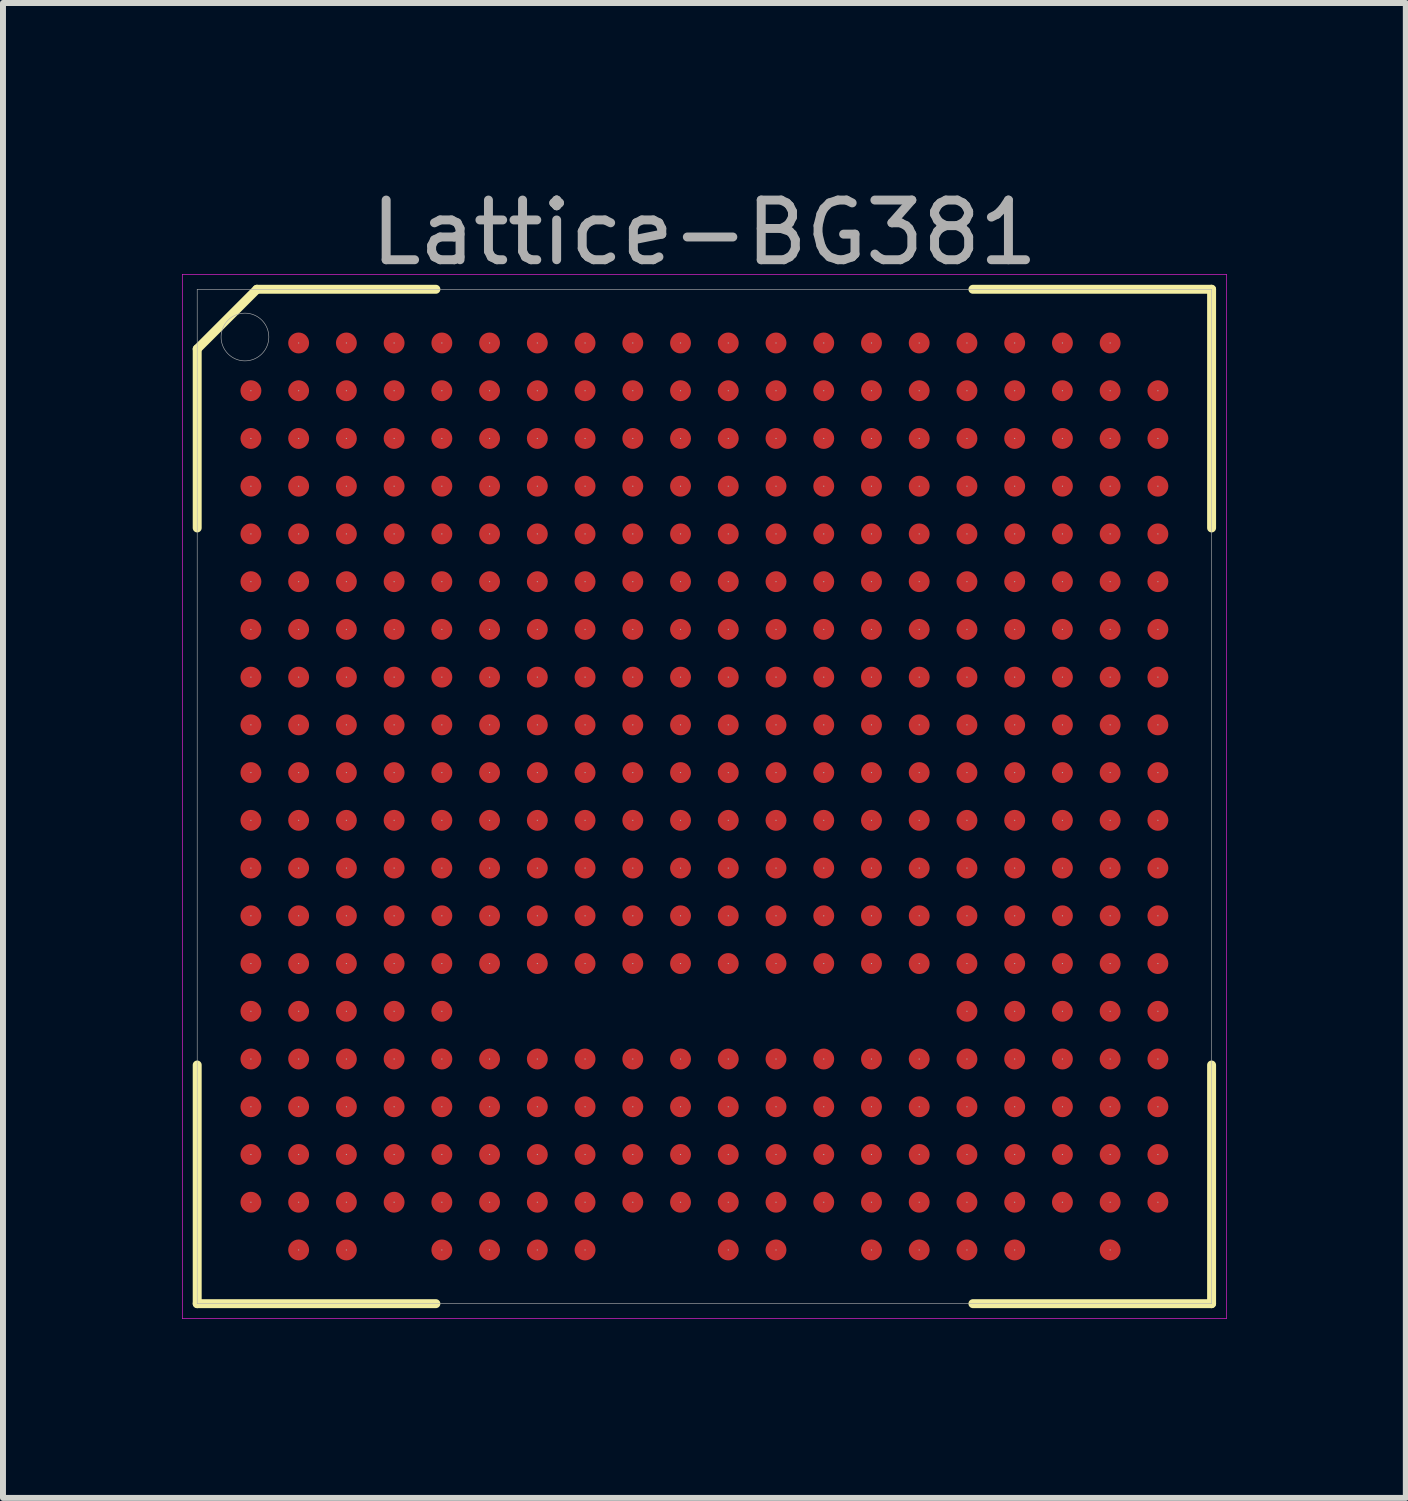
<source format=kicad_pcb>
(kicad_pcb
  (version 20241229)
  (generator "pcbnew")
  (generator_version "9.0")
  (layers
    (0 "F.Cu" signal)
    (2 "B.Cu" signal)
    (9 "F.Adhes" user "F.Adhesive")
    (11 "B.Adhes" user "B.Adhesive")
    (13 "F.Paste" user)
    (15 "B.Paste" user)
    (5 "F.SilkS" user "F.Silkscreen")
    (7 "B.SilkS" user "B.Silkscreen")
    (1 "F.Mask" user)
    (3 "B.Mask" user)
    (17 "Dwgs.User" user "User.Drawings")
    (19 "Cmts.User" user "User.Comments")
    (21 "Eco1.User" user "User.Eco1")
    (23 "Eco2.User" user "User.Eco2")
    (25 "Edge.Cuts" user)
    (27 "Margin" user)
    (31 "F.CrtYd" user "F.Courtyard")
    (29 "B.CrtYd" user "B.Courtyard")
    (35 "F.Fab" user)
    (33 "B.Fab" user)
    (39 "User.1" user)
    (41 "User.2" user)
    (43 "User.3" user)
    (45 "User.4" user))
  (footprint "Lattice-BG381"
    (layer "F.Cu")
    (at 8.755 10.298)
    (property "Reference" "Lattice-BG381" (at 0 -9.45 0) (layer "F.Fab") (effects (font (size 1 1) (thickness 0.15))))
    (attr through_hole)
    (fp_line (start -8.5 -7.5) (end -7.5 -8.5) (stroke (width 0.15) (type solid)) (layer "F.SilkS"))
    (fp_line (start -8.5 -4.5) (end -8.5 -7.5) (stroke (width 0.15) (type solid)) (layer "F.SilkS"))
    (fp_line (start -8.5 8.5) (end -8.5 4.5) (stroke (width 0.15) (type solid)) (layer "F.SilkS"))
    (fp_line (start -4.5 -8.5) (end -7.5 -8.5) (stroke (width 0.15) (type solid)) (layer "F.SilkS"))
    (fp_line (start -4.5 8.5) (end -8.5 8.5) (stroke (width 0.15) (type solid)) (layer "F.SilkS"))
    (fp_line (start 4.5 -8.5) (end 8.5 -8.5) (stroke (width 0.15) (type solid)) (layer "F.SilkS"))
    (fp_line (start 4.5 8.5) (end 8.5 8.5) (stroke (width 0.15) (type solid)) (layer "F.SilkS"))
    (fp_line (start 8.5 -8.5) (end 8.5 -4.5) (stroke (width 0.15) (type solid)) (layer "F.SilkS"))
    (fp_line (start 8.5 8.5) (end 8.5 4.5) (stroke (width 0.15) (type solid)) (layer "F.SilkS"))
    (fp_line (start -8.75 -8.75) (end 8.75 -8.75) (stroke (width 0.01) (type solid)) (layer "F.CrtYd"))
    (fp_line (start -8.75 8.75) (end -8.75 -8.75) (stroke (width 0.01) (type solid)) (layer "F.CrtYd"))
    (fp_line (start 8.75 -8.75) (end 8.75 8.75) (stroke (width 0.01) (type solid)) (layer "F.CrtYd"))
    (fp_line (start 8.75 8.75) (end -8.75 8.75) (stroke (width 0.01) (type solid)) (layer "F.CrtYd"))
    (fp_line (start -8.5 -8.5) (end 8.5 -8.5) (stroke (width 0.01) (type solid)) (layer "F.Fab"))
    (fp_line (start -8.5 8.5) (end -8.5 -8.5) (stroke (width 0.01) (type solid)) (layer "F.Fab"))
    (fp_line (start 8.5 -8.5) (end 8.5 8.5) (stroke (width 0.01) (type solid)) (layer "F.Fab"))
    (fp_line (start 8.5 8.5) (end -8.5 8.5) (stroke (width 0.01) (type solid)) (layer "F.Fab"))
    (fp_circle (center -7.7 -7.7) (end -7.7 -7.3) (stroke (width 0.01) (type solid)) (fill no) (layer "F.Fab"))
    (fp_circle (center -7.6 -6.8) (end -7.6 -6.8) (stroke (width 0.01) (type solid)) (fill no) (layer "F.Fab"))
    (fp_circle (center -7.6 -6) (end -7.6 -6) (stroke (width 0.01) (type solid)) (fill no) (layer "F.Fab"))
    (fp_circle (center -7.6 -5.2) (end -7.6 -5.2) (stroke (width 0.01) (type solid)) (fill no) (layer "F.Fab"))
    (fp_circle (center -7.6 -4.4) (end -7.6 -4.4) (stroke (width 0.01) (type solid)) (fill no) (layer "F.Fab"))
    (fp_circle (center -7.6 -3.6) (end -7.6 -3.6) (stroke (width 0.01) (type solid)) (fill no) (layer "F.Fab"))
    (fp_circle (center -7.6 -2.8) (end -7.6 -2.8) (stroke (width 0.01) (type solid)) (fill no) (layer "F.Fab"))
    (fp_circle (center -7.6 -2) (end -7.6 -2) (stroke (width 0.01) (type solid)) (fill no) (layer "F.Fab"))
    (fp_circle (center -7.6 -1.2) (end -7.6 -1.2) (stroke (width 0.01) (type solid)) (fill no) (layer "F.Fab"))
    (fp_circle (center -7.6 -0.4) (end -7.6 -0.4) (stroke (width 0.01) (type solid)) (fill no) (layer "F.Fab"))
    (fp_circle (center -7.6 0.4) (end -7.6 0.4) (stroke (width 0.01) (type solid)) (fill no) (layer "F.Fab"))
    (fp_circle (center -7.6 1.2) (end -7.6 1.2) (stroke (width 0.01) (type solid)) (fill no) (layer "F.Fab"))
    (fp_circle (center -7.6 2) (end -7.6 2) (stroke (width 0.01) (type solid)) (fill no) (layer "F.Fab"))
    (fp_circle (center -7.6 2.8) (end -7.6 2.8) (stroke (width 0.01) (type solid)) (fill no) (layer "F.Fab"))
    (fp_circle (center -7.6 3.6) (end -7.6 3.6) (stroke (width 0.01) (type solid)) (fill no) (layer "F.Fab"))
    (fp_circle (center -7.6 4.4) (end -7.6 4.4) (stroke (width 0.01) (type solid)) (fill no) (layer "F.Fab"))
    (fp_circle (center -7.6 5.2) (end -7.6 5.2) (stroke (width 0.01) (type solid)) (fill no) (layer "F.Fab"))
    (fp_circle (center -7.6 6) (end -7.6 6) (stroke (width 0.01) (type solid)) (fill no) (layer "F.Fab"))
    (fp_circle (center -7.6 6.8) (end -7.6 6.8) (stroke (width 0.01) (type solid)) (fill no) (layer "F.Fab"))
    (fp_circle (center -6.8 -7.6) (end -6.8 -7.6) (stroke (width 0.01) (type solid)) (fill no) (layer "F.Fab"))
    (fp_circle (center -6.8 -6.8) (end -6.8 -6.8) (stroke (width 0.01) (type solid)) (fill no) (layer "F.Fab"))
    (fp_circle (center -6.8 -6) (end -6.8 -6) (stroke (width 0.01) (type solid)) (fill no) (layer "F.Fab"))
    (fp_circle (center -6.8 -5.2) (end -6.8 -5.2) (stroke (width 0.01) (type solid)) (fill no) (layer "F.Fab"))
    (fp_circle (center -6.8 -4.4) (end -6.8 -4.4) (stroke (width 0.01) (type solid)) (fill no) (layer "F.Fab"))
    (fp_circle (center -6.8 -3.6) (end -6.8 -3.6) (stroke (width 0.01) (type solid)) (fill no) (layer "F.Fab"))
    (fp_circle (center -6.8 -2.8) (end -6.8 -2.8) (stroke (width 0.01) (type solid)) (fill no) (layer "F.Fab"))
    (fp_circle (center -6.8 -2) (end -6.8 -2) (stroke (width 0.01) (type solid)) (fill no) (layer "F.Fab"))
    (fp_circle (center -6.8 -1.2) (end -6.8 -1.2) (stroke (width 0.01) (type solid)) (fill no) (layer "F.Fab"))
    (fp_circle (center -6.8 -0.4) (end -6.8 -0.4) (stroke (width 0.01) (type solid)) (fill no) (layer "F.Fab"))
    (fp_circle (center -6.8 0.4) (end -6.8 0.4) (stroke (width 0.01) (type solid)) (fill no) (layer "F.Fab"))
    (fp_circle (center -6.8 1.2) (end -6.8 1.2) (stroke (width 0.01) (type solid)) (fill no) (layer "F.Fab"))
    (fp_circle (center -6.8 2) (end -6.8 2) (stroke (width 0.01) (type solid)) (fill no) (layer "F.Fab"))
    (fp_circle (center -6.8 2.8) (end -6.8 2.8) (stroke (width 0.01) (type solid)) (fill no) (layer "F.Fab"))
    (fp_circle (center -6.8 3.6) (end -6.8 3.6) (stroke (width 0.01) (type solid)) (fill no) (layer "F.Fab"))
    (fp_circle (center -6.8 4.4) (end -6.8 4.4) (stroke (width 0.01) (type solid)) (fill no) (layer "F.Fab"))
    (fp_circle (center -6.8 5.2) (end -6.8 5.2) (stroke (width 0.01) (type solid)) (fill no) (layer "F.Fab"))
    (fp_circle (center -6.8 6) (end -6.8 6) (stroke (width 0.01) (type solid)) (fill no) (layer "F.Fab"))
    (fp_circle (center -6.8 6.8) (end -6.8 6.8) (stroke (width 0.01) (type solid)) (fill no) (layer "F.Fab"))
    (fp_circle (center -6.8 7.6) (end -6.8 7.6) (stroke (width 0.01) (type solid)) (fill no) (layer "F.Fab"))
    (fp_circle (center -6 -7.6) (end -6 -7.6) (stroke (width 0.01) (type solid)) (fill no) (layer "F.Fab"))
    (fp_circle (center -6 -6.8) (end -6 -6.8) (stroke (width 0.01) (type solid)) (fill no) (layer "F.Fab"))
    (fp_circle (center -6 -6) (end -6 -6) (stroke (width 0.01) (type solid)) (fill no) (layer "F.Fab"))
    (fp_circle (center -6 -5.2) (end -6 -5.2) (stroke (width 0.01) (type solid)) (fill no) (layer "F.Fab"))
    (fp_circle (center -6 -4.4) (end -6 -4.4) (stroke (width 0.01) (type solid)) (fill no) (layer "F.Fab"))
    (fp_circle (center -6 -3.6) (end -6 -3.6) (stroke (width 0.01) (type solid)) (fill no) (layer "F.Fab"))
    (fp_circle (center -6 -2.8) (end -6 -2.8) (stroke (width 0.01) (type solid)) (fill no) (layer "F.Fab"))
    (fp_circle (center -6 -2) (end -6 -2) (stroke (width 0.01) (type solid)) (fill no) (layer "F.Fab"))
    (fp_circle (center -6 -1.2) (end -6 -1.2) (stroke (width 0.01) (type solid)) (fill no) (layer "F.Fab"))
    (fp_circle (center -6 -0.4) (end -6 -0.4) (stroke (width 0.01) (type solid)) (fill no) (layer "F.Fab"))
    (fp_circle (center -6 0.4) (end -6 0.4) (stroke (width 0.01) (type solid)) (fill no) (layer "F.Fab"))
    (fp_circle (center -6 1.2) (end -6 1.2) (stroke (width 0.01) (type solid)) (fill no) (layer "F.Fab"))
    (fp_circle (center -6 2) (end -6 2) (stroke (width 0.01) (type solid)) (fill no) (layer "F.Fab"))
    (fp_circle (center -6 2.8) (end -6 2.8) (stroke (width 0.01) (type solid)) (fill no) (layer "F.Fab"))
    (fp_circle (center -6 3.6) (end -6 3.6) (stroke (width 0.01) (type solid)) (fill no) (layer "F.Fab"))
    (fp_circle (center -6 4.4) (end -6 4.4) (stroke (width 0.01) (type solid)) (fill no) (layer "F.Fab"))
    (fp_circle (center -6 5.2) (end -6 5.2) (stroke (width 0.01) (type solid)) (fill no) (layer "F.Fab"))
    (fp_circle (center -6 6) (end -6 6) (stroke (width 0.01) (type solid)) (fill no) (layer "F.Fab"))
    (fp_circle (center -6 6.8) (end -6 6.8) (stroke (width 0.01) (type solid)) (fill no) (layer "F.Fab"))
    (fp_circle (center -6 7.6) (end -6 7.6) (stroke (width 0.01) (type solid)) (fill no) (layer "F.Fab"))
    (fp_circle (center -5.2 -7.6) (end -5.2 -7.6) (stroke (width 0.01) (type solid)) (fill no) (layer "F.Fab"))
    (fp_circle (center -5.2 -6.8) (end -5.2 -6.8) (stroke (width 0.01) (type solid)) (fill no) (layer "F.Fab"))
    (fp_circle (center -5.2 -6) (end -5.2 -6) (stroke (width 0.01) (type solid)) (fill no) (layer "F.Fab"))
    (fp_circle (center -5.2 -5.2) (end -5.2 -5.2) (stroke (width 0.01) (type solid)) (fill no) (layer "F.Fab"))
    (fp_circle (center -5.2 -4.4) (end -5.2 -4.4) (stroke (width 0.01) (type solid)) (fill no) (layer "F.Fab"))
    (fp_circle (center -5.2 -3.6) (end -5.2 -3.6) (stroke (width 0.01) (type solid)) (fill no) (layer "F.Fab"))
    (fp_circle (center -5.2 -2.8) (end -5.2 -2.8) (stroke (width 0.01) (type solid)) (fill no) (layer "F.Fab"))
    (fp_circle (center -5.2 -2) (end -5.2 -2) (stroke (width 0.01) (type solid)) (fill no) (layer "F.Fab"))
    (fp_circle (center -5.2 -1.2) (end -5.2 -1.2) (stroke (width 0.01) (type solid)) (fill no) (layer "F.Fab"))
    (fp_circle (center -5.2 -0.4) (end -5.2 -0.4) (stroke (width 0.01) (type solid)) (fill no) (layer "F.Fab"))
    (fp_circle (center -5.2 0.4) (end -5.2 0.4) (stroke (width 0.01) (type solid)) (fill no) (layer "F.Fab"))
    (fp_circle (center -5.2 1.2) (end -5.2 1.2) (stroke (width 0.01) (type solid)) (fill no) (layer "F.Fab"))
    (fp_circle (center -5.2 2) (end -5.2 2) (stroke (width 0.01) (type solid)) (fill no) (layer "F.Fab"))
    (fp_circle (center -5.2 2.8) (end -5.2 2.8) (stroke (width 0.01) (type solid)) (fill no) (layer "F.Fab"))
    (fp_circle (center -5.2 3.6) (end -5.2 3.6) (stroke (width 0.01) (type solid)) (fill no) (layer "F.Fab"))
    (fp_circle (center -5.2 4.4) (end -5.2 4.4) (stroke (width 0.01) (type solid)) (fill no) (layer "F.Fab"))
    (fp_circle (center -5.2 5.2) (end -5.2 5.2) (stroke (width 0.01) (type solid)) (fill no) (layer "F.Fab"))
    (fp_circle (center -5.2 6) (end -5.2 6) (stroke (width 0.01) (type solid)) (fill no) (layer "F.Fab"))
    (fp_circle (center -5.2 6.8) (end -5.2 6.8) (stroke (width 0.01) (type solid)) (fill no) (layer "F.Fab"))
    (fp_circle (center -4.4 -7.6) (end -4.4 -7.6) (stroke (width 0.01) (type solid)) (fill no) (layer "F.Fab"))
    (fp_circle (center -4.4 -6.8) (end -4.4 -6.8) (stroke (width 0.01) (type solid)) (fill no) (layer "F.Fab"))
    (fp_circle (center -4.4 -6) (end -4.4 -6) (stroke (width 0.01) (type solid)) (fill no) (layer "F.Fab"))
    (fp_circle (center -4.4 -5.2) (end -4.4 -5.2) (stroke (width 0.01) (type solid)) (fill no) (layer "F.Fab"))
    (fp_circle (center -4.4 -4.4) (end -4.4 -4.4) (stroke (width 0.01) (type solid)) (fill no) (layer "F.Fab"))
    (fp_circle (center -4.4 -3.6) (end -4.4 -3.6) (stroke (width 0.01) (type solid)) (fill no) (layer "F.Fab"))
    (fp_circle (center -4.4 -2.8) (end -4.4 -2.8) (stroke (width 0.01) (type solid)) (fill no) (layer "F.Fab"))
    (fp_circle (center -4.4 -2) (end -4.4 -2) (stroke (width 0.01) (type solid)) (fill no) (layer "F.Fab"))
    (fp_circle (center -4.4 -1.2) (end -4.4 -1.2) (stroke (width 0.01) (type solid)) (fill no) (layer "F.Fab"))
    (fp_circle (center -4.4 -0.4) (end -4.4 -0.4) (stroke (width 0.01) (type solid)) (fill no) (layer "F.Fab"))
    (fp_circle (center -4.4 0.4) (end -4.4 0.4) (stroke (width 0.01) (type solid)) (fill no) (layer "F.Fab"))
    (fp_circle (center -4.4 1.2) (end -4.4 1.2) (stroke (width 0.01) (type solid)) (fill no) (layer "F.Fab"))
    (fp_circle (center -4.4 2) (end -4.4 2) (stroke (width 0.01) (type solid)) (fill no) (layer "F.Fab"))
    (fp_circle (center -4.4 2.8) (end -4.4 2.8) (stroke (width 0.01) (type solid)) (fill no) (layer "F.Fab"))
    (fp_circle (center -4.4 3.6) (end -4.4 3.6) (stroke (width 0.01) (type solid)) (fill no) (layer "F.Fab"))
    (fp_circle (center -4.4 4.4) (end -4.4 4.4) (stroke (width 0.01) (type solid)) (fill no) (layer "F.Fab"))
    (fp_circle (center -4.4 5.2) (end -4.4 5.2) (stroke (width 0.01) (type solid)) (fill no) (layer "F.Fab"))
    (fp_circle (center -4.4 6) (end -4.4 6) (stroke (width 0.01) (type solid)) (fill no) (layer "F.Fab"))
    (fp_circle (center -4.4 6.8) (end -4.4 6.8) (stroke (width 0.01) (type solid)) (fill no) (layer "F.Fab"))
    (fp_circle (center -4.4 7.6) (end -4.4 7.6) (stroke (width 0.01) (type solid)) (fill no) (layer "F.Fab"))
    (fp_circle (center -3.6 -7.6) (end -3.6 -7.6) (stroke (width 0.01) (type solid)) (fill no) (layer "F.Fab"))
    (fp_circle (center -3.6 -6.8) (end -3.6 -6.8) (stroke (width 0.01) (type solid)) (fill no) (layer "F.Fab"))
    (fp_circle (center -3.6 -6) (end -3.6 -6) (stroke (width 0.01) (type solid)) (fill no) (layer "F.Fab"))
    (fp_circle (center -3.6 -5.2) (end -3.6 -5.2) (stroke (width 0.01) (type solid)) (fill no) (layer "F.Fab"))
    (fp_circle (center -3.6 -4.4) (end -3.6 -4.4) (stroke (width 0.01) (type solid)) (fill no) (layer "F.Fab"))
    (fp_circle (center -3.6 -3.6) (end -3.6 -3.6) (stroke (width 0.01) (type solid)) (fill no) (layer "F.Fab"))
    (fp_circle (center -3.6 -2.8) (end -3.6 -2.8) (stroke (width 0.01) (type solid)) (fill no) (layer "F.Fab"))
    (fp_circle (center -3.6 -2) (end -3.6 -2) (stroke (width 0.01) (type solid)) (fill no) (layer "F.Fab"))
    (fp_circle (center -3.6 -1.2) (end -3.6 -1.2) (stroke (width 0.01) (type solid)) (fill no) (layer "F.Fab"))
    (fp_circle (center -3.6 -0.4) (end -3.6 -0.4) (stroke (width 0.01) (type solid)) (fill no) (layer "F.Fab"))
    (fp_circle (center -3.6 0.4) (end -3.6 0.4) (stroke (width 0.01) (type solid)) (fill no) (layer "F.Fab"))
    (fp_circle (center -3.6 1.2) (end -3.6 1.2) (stroke (width 0.01) (type solid)) (fill no) (layer "F.Fab"))
    (fp_circle (center -3.6 2) (end -3.6 2) (stroke (width 0.01) (type solid)) (fill no) (layer "F.Fab"))
    (fp_circle (center -3.6 2.8) (end -3.6 2.8) (stroke (width 0.01) (type solid)) (fill no) (layer "F.Fab"))
    (fp_circle (center -3.6 4.4) (end -3.6 4.4) (stroke (width 0.01) (type solid)) (fill no) (layer "F.Fab"))
    (fp_circle (center -3.6 5.2) (end -3.6 5.2) (stroke (width 0.01) (type solid)) (fill no) (layer "F.Fab"))
    (fp_circle (center -3.6 6) (end -3.6 6) (stroke (width 0.01) (type solid)) (fill no) (layer "F.Fab"))
    (fp_circle (center -3.6 6.8) (end -3.6 6.8) (stroke (width 0.01) (type solid)) (fill no) (layer "F.Fab"))
    (fp_circle (center -3.6 7.6) (end -3.6 7.6) (stroke (width 0.01) (type solid)) (fill no) (layer "F.Fab"))
    (fp_circle (center -2.8 -7.6) (end -2.8 -7.6) (stroke (width 0.01) (type solid)) (fill no) (layer "F.Fab"))
    (fp_circle (center -2.8 -6.8) (end -2.8 -6.8) (stroke (width 0.01) (type solid)) (fill no) (layer "F.Fab"))
    (fp_circle (center -2.8 -6) (end -2.8 -6) (stroke (width 0.01) (type solid)) (fill no) (layer "F.Fab"))
    (fp_circle (center -2.8 -5.2) (end -2.8 -5.2) (stroke (width 0.01) (type solid)) (fill no) (layer "F.Fab"))
    (fp_circle (center -2.8 -4.4) (end -2.8 -4.4) (stroke (width 0.01) (type solid)) (fill no) (layer "F.Fab"))
    (fp_circle (center -2.8 -3.6) (end -2.8 -3.6) (stroke (width 0.01) (type solid)) (fill no) (layer "F.Fab"))
    (fp_circle (center -2.8 -2.8) (end -2.8 -2.8) (stroke (width 0.01) (type solid)) (fill no) (layer "F.Fab"))
    (fp_circle (center -2.8 -2) (end -2.8 -2) (stroke (width 0.01) (type solid)) (fill no) (layer "F.Fab"))
    (fp_circle (center -2.8 -1.2) (end -2.8 -1.2) (stroke (width 0.01) (type solid)) (fill no) (layer "F.Fab"))
    (fp_circle (center -2.8 -0.4) (end -2.8 -0.4) (stroke (width 0.01) (type solid)) (fill no) (layer "F.Fab"))
    (fp_circle (center -2.8 0.4) (end -2.8 0.4) (stroke (width 0.01) (type solid)) (fill no) (layer "F.Fab"))
    (fp_circle (center -2.8 1.2) (end -2.8 1.2) (stroke (width 0.01) (type solid)) (fill no) (layer "F.Fab"))
    (fp_circle (center -2.8 2) (end -2.8 2) (stroke (width 0.01) (type solid)) (fill no) (layer "F.Fab"))
    (fp_circle (center -2.8 2.8) (end -2.8 2.8) (stroke (width 0.01) (type solid)) (fill no) (layer "F.Fab"))
    (fp_circle (center -2.8 4.4) (end -2.8 4.4) (stroke (width 0.01) (type solid)) (fill no) (layer "F.Fab"))
    (fp_circle (center -2.8 5.2) (end -2.8 5.2) (stroke (width 0.01) (type solid)) (fill no) (layer "F.Fab"))
    (fp_circle (center -2.8 6) (end -2.8 6) (stroke (width 0.01) (type solid)) (fill no) (layer "F.Fab"))
    (fp_circle (center -2.8 6.8) (end -2.8 6.8) (stroke (width 0.01) (type solid)) (fill no) (layer "F.Fab"))
    (fp_circle (center -2.8 7.6) (end -2.8 7.6) (stroke (width 0.01) (type solid)) (fill no) (layer "F.Fab"))
    (fp_circle (center -2 -7.6) (end -2 -7.6) (stroke (width 0.01) (type solid)) (fill no) (layer "F.Fab"))
    (fp_circle (center -2 -6.8) (end -2 -6.8) (stroke (width 0.01) (type solid)) (fill no) (layer "F.Fab"))
    (fp_circle (center -2 -6) (end -2 -6) (stroke (width 0.01) (type solid)) (fill no) (layer "F.Fab"))
    (fp_circle (center -2 -5.2) (end -2 -5.2) (stroke (width 0.01) (type solid)) (fill no) (layer "F.Fab"))
    (fp_circle (center -2 -4.4) (end -2 -4.4) (stroke (width 0.01) (type solid)) (fill no) (layer "F.Fab"))
    (fp_circle (center -2 -3.6) (end -2 -3.6) (stroke (width 0.01) (type solid)) (fill no) (layer "F.Fab"))
    (fp_circle (center -2 -2.8) (end -2 -2.8) (stroke (width 0.01) (type solid)) (fill no) (layer "F.Fab"))
    (fp_circle (center -2 -2) (end -2 -2) (stroke (width 0.01) (type solid)) (fill no) (layer "F.Fab"))
    (fp_circle (center -2 -1.2) (end -2 -1.2) (stroke (width 0.01) (type solid)) (fill no) (layer "F.Fab"))
    (fp_circle (center -2 -0.4) (end -2 -0.4) (stroke (width 0.01) (type solid)) (fill no) (layer "F.Fab"))
    (fp_circle (center -2 0.4) (end -2 0.4) (stroke (width 0.01) (type solid)) (fill no) (layer "F.Fab"))
    (fp_circle (center -2 1.2) (end -2 1.2) (stroke (width 0.01) (type solid)) (fill no) (layer "F.Fab"))
    (fp_circle (center -2 2) (end -2 2) (stroke (width 0.01) (type solid)) (fill no) (layer "F.Fab"))
    (fp_circle (center -2 2.8) (end -2 2.8) (stroke (width 0.01) (type solid)) (fill no) (layer "F.Fab"))
    (fp_circle (center -2 4.4) (end -2 4.4) (stroke (width 0.01) (type solid)) (fill no) (layer "F.Fab"))
    (fp_circle (center -2 5.2) (end -2 5.2) (stroke (width 0.01) (type solid)) (fill no) (layer "F.Fab"))
    (fp_circle (center -2 6) (end -2 6) (stroke (width 0.01) (type solid)) (fill no) (layer "F.Fab"))
    (fp_circle (center -2 6.8) (end -2 6.8) (stroke (width 0.01) (type solid)) (fill no) (layer "F.Fab"))
    (fp_circle (center -2 7.6) (end -2 7.6) (stroke (width 0.01) (type solid)) (fill no) (layer "F.Fab"))
    (fp_circle (center -1.2 -7.6) (end -1.2 -7.6) (stroke (width 0.01) (type solid)) (fill no) (layer "F.Fab"))
    (fp_circle (center -1.2 -6.8) (end -1.2 -6.8) (stroke (width 0.01) (type solid)) (fill no) (layer "F.Fab"))
    (fp_circle (center -1.2 -6) (end -1.2 -6) (stroke (width 0.01) (type solid)) (fill no) (layer "F.Fab"))
    (fp_circle (center -1.2 -5.2) (end -1.2 -5.2) (stroke (width 0.01) (type solid)) (fill no) (layer "F.Fab"))
    (fp_circle (center -1.2 -4.4) (end -1.2 -4.4) (stroke (width 0.01) (type solid)) (fill no) (layer "F.Fab"))
    (fp_circle (center -1.2 -3.6) (end -1.2 -3.6) (stroke (width 0.01) (type solid)) (fill no) (layer "F.Fab"))
    (fp_circle (center -1.2 -2.8) (end -1.2 -2.8) (stroke (width 0.01) (type solid)) (fill no) (layer "F.Fab"))
    (fp_circle (center -1.2 -2) (end -1.2 -2) (stroke (width 0.01) (type solid)) (fill no) (layer "F.Fab"))
    (fp_circle (center -1.2 -1.2) (end -1.2 -1.2) (stroke (width 0.01) (type solid)) (fill no) (layer "F.Fab"))
    (fp_circle (center -1.2 -0.4) (end -1.2 -0.4) (stroke (width 0.01) (type solid)) (fill no) (layer "F.Fab"))
    (fp_circle (center -1.2 0.4) (end -1.2 0.4) (stroke (width 0.01) (type solid)) (fill no) (layer "F.Fab"))
    (fp_circle (center -1.2 1.2) (end -1.2 1.2) (stroke (width 0.01) (type solid)) (fill no) (layer "F.Fab"))
    (fp_circle (center -1.2 2) (end -1.2 2) (stroke (width 0.01) (type solid)) (fill no) (layer "F.Fab"))
    (fp_circle (center -1.2 2.8) (end -1.2 2.8) (stroke (width 0.01) (type solid)) (fill no) (layer "F.Fab"))
    (fp_circle (center -1.2 4.4) (end -1.2 4.4) (stroke (width 0.01) (type solid)) (fill no) (layer "F.Fab"))
    (fp_circle (center -1.2 5.2) (end -1.2 5.2) (stroke (width 0.01) (type solid)) (fill no) (layer "F.Fab"))
    (fp_circle (center -1.2 6) (end -1.2 6) (stroke (width 0.01) (type solid)) (fill no) (layer "F.Fab"))
    (fp_circle (center -1.2 6.8) (end -1.2 6.8) (stroke (width 0.01) (type solid)) (fill no) (layer "F.Fab"))
    (fp_circle (center -0.4 -7.6) (end -0.4 -7.6) (stroke (width 0.01) (type solid)) (fill no) (layer "F.Fab"))
    (fp_circle (center -0.4 -6.8) (end -0.4 -6.8) (stroke (width 0.01) (type solid)) (fill no) (layer "F.Fab"))
    (fp_circle (center -0.4 -6) (end -0.4 -6) (stroke (width 0.01) (type solid)) (fill no) (layer "F.Fab"))
    (fp_circle (center -0.4 -5.2) (end -0.4 -5.2) (stroke (width 0.01) (type solid)) (fill no) (layer "F.Fab"))
    (fp_circle (center -0.4 -4.4) (end -0.4 -4.4) (stroke (width 0.01) (type solid)) (fill no) (layer "F.Fab"))
    (fp_circle (center -0.4 -3.6) (end -0.4 -3.6) (stroke (width 0.01) (type solid)) (fill no) (layer "F.Fab"))
    (fp_circle (center -0.4 -2.8) (end -0.4 -2.8) (stroke (width 0.01) (type solid)) (fill no) (layer "F.Fab"))
    (fp_circle (center -0.4 -2) (end -0.4 -2) (stroke (width 0.01) (type solid)) (fill no) (layer "F.Fab"))
    (fp_circle (center -0.4 -1.2) (end -0.4 -1.2) (stroke (width 0.01) (type solid)) (fill no) (layer "F.Fab"))
    (fp_circle (center -0.4 -0.4) (end -0.4 -0.4) (stroke (width 0.01) (type solid)) (fill no) (layer "F.Fab"))
    (fp_circle (center -0.4 0.4) (end -0.4 0.4) (stroke (width 0.01) (type solid)) (fill no) (layer "F.Fab"))
    (fp_circle (center -0.4 1.2) (end -0.4 1.2) (stroke (width 0.01) (type solid)) (fill no) (layer "F.Fab"))
    (fp_circle (center -0.4 2) (end -0.4 2) (stroke (width 0.01) (type solid)) (fill no) (layer "F.Fab"))
    (fp_circle (center -0.4 2.8) (end -0.4 2.8) (stroke (width 0.01) (type solid)) (fill no) (layer "F.Fab"))
    (fp_circle (center -0.4 4.4) (end -0.4 4.4) (stroke (width 0.01) (type solid)) (fill no) (layer "F.Fab"))
    (fp_circle (center -0.4 5.2) (end -0.4 5.2) (stroke (width 0.01) (type solid)) (fill no) (layer "F.Fab"))
    (fp_circle (center -0.4 6) (end -0.4 6) (stroke (width 0.01) (type solid)) (fill no) (layer "F.Fab"))
    (fp_circle (center -0.4 6.8) (end -0.4 6.8) (stroke (width 0.01) (type solid)) (fill no) (layer "F.Fab"))
    (fp_circle (center 0.4 -7.6) (end 0.4 -7.6) (stroke (width 0.01) (type solid)) (fill no) (layer "F.Fab"))
    (fp_circle (center 0.4 -6.8) (end 0.4 -6.8) (stroke (width 0.01) (type solid)) (fill no) (layer "F.Fab"))
    (fp_circle (center 0.4 -6) (end 0.4 -6) (stroke (width 0.01) (type solid)) (fill no) (layer "F.Fab"))
    (fp_circle (center 0.4 -5.2) (end 0.4 -5.2) (stroke (width 0.01) (type solid)) (fill no) (layer "F.Fab"))
    (fp_circle (center 0.4 -4.4) (end 0.4 -4.4) (stroke (width 0.01) (type solid)) (fill no) (layer "F.Fab"))
    (fp_circle (center 0.4 -3.6) (end 0.4 -3.6) (stroke (width 0.01) (type solid)) (fill no) (layer "F.Fab"))
    (fp_circle (center 0.4 -2.8) (end 0.4 -2.8) (stroke (width 0.01) (type solid)) (fill no) (layer "F.Fab"))
    (fp_circle (center 0.4 -2) (end 0.4 -2) (stroke (width 0.01) (type solid)) (fill no) (layer "F.Fab"))
    (fp_circle (center 0.4 -1.2) (end 0.4 -1.2) (stroke (width 0.01) (type solid)) (fill no) (layer "F.Fab"))
    (fp_circle (center 0.4 -0.4) (end 0.4 -0.4) (stroke (width 0.01) (type solid)) (fill no) (layer "F.Fab"))
    (fp_circle (center 0.4 0.4) (end 0.4 0.4) (stroke (width 0.01) (type solid)) (fill no) (layer "F.Fab"))
    (fp_circle (center 0.4 1.2) (end 0.4 1.2) (stroke (width 0.01) (type solid)) (fill no) (layer "F.Fab"))
    (fp_circle (center 0.4 2) (end 0.4 2) (stroke (width 0.01) (type solid)) (fill no) (layer "F.Fab"))
    (fp_circle (center 0.4 2.8) (end 0.4 2.8) (stroke (width 0.01) (type solid)) (fill no) (layer "F.Fab"))
    (fp_circle (center 0.4 4.4) (end 0.4 4.4) (stroke (width 0.01) (type solid)) (fill no) (layer "F.Fab"))
    (fp_circle (center 0.4 5.2) (end 0.4 5.2) (stroke (width 0.01) (type solid)) (fill no) (layer "F.Fab"))
    (fp_circle (center 0.4 6) (end 0.4 6) (stroke (width 0.01) (type solid)) (fill no) (layer "F.Fab"))
    (fp_circle (center 0.4 6.8) (end 0.4 6.8) (stroke (width 0.01) (type solid)) (fill no) (layer "F.Fab"))
    (fp_circle (center 0.4 7.6) (end 0.4 7.6) (stroke (width 0.01) (type solid)) (fill no) (layer "F.Fab"))
    (fp_circle (center 1.2 -7.6) (end 1.2 -7.6) (stroke (width 0.01) (type solid)) (fill no) (layer "F.Fab"))
    (fp_circle (center 1.2 -6.8) (end 1.2 -6.8) (stroke (width 0.01) (type solid)) (fill no) (layer "F.Fab"))
    (fp_circle (center 1.2 -6) (end 1.2 -6) (stroke (width 0.01) (type solid)) (fill no) (layer "F.Fab"))
    (fp_circle (center 1.2 -5.2) (end 1.2 -5.2) (stroke (width 0.01) (type solid)) (fill no) (layer "F.Fab"))
    (fp_circle (center 1.2 -4.4) (end 1.2 -4.4) (stroke (width 0.01) (type solid)) (fill no) (layer "F.Fab"))
    (fp_circle (center 1.2 -3.6) (end 1.2 -3.6) (stroke (width 0.01) (type solid)) (fill no) (layer "F.Fab"))
    (fp_circle (center 1.2 -2.8) (end 1.2 -2.8) (stroke (width 0.01) (type solid)) (fill no) (layer "F.Fab"))
    (fp_circle (center 1.2 -2) (end 1.2 -2) (stroke (width 0.01) (type solid)) (fill no) (layer "F.Fab"))
    (fp_circle (center 1.2 -1.2) (end 1.2 -1.2) (stroke (width 0.01) (type solid)) (fill no) (layer "F.Fab"))
    (fp_circle (center 1.2 -0.4) (end 1.2 -0.4) (stroke (width 0.01) (type solid)) (fill no) (layer "F.Fab"))
    (fp_circle (center 1.2 0.4) (end 1.2 0.4) (stroke (width 0.01) (type solid)) (fill no) (layer "F.Fab"))
    (fp_circle (center 1.2 1.2) (end 1.2 1.2) (stroke (width 0.01) (type solid)) (fill no) (layer "F.Fab"))
    (fp_circle (center 1.2 2) (end 1.2 2) (stroke (width 0.01) (type solid)) (fill no) (layer "F.Fab"))
    (fp_circle (center 1.2 2.8) (end 1.2 2.8) (stroke (width 0.01) (type solid)) (fill no) (layer "F.Fab"))
    (fp_circle (center 1.2 4.4) (end 1.2 4.4) (stroke (width 0.01) (type solid)) (fill no) (layer "F.Fab"))
    (fp_circle (center 1.2 5.2) (end 1.2 5.2) (stroke (width 0.01) (type solid)) (fill no) (layer "F.Fab"))
    (fp_circle (center 1.2 6) (end 1.2 6) (stroke (width 0.01) (type solid)) (fill no) (layer "F.Fab"))
    (fp_circle (center 1.2 6.8) (end 1.2 6.8) (stroke (width 0.01) (type solid)) (fill no) (layer "F.Fab"))
    (fp_circle (center 1.2 7.6) (end 1.2 7.6) (stroke (width 0.01) (type solid)) (fill no) (layer "F.Fab"))
    (fp_circle (center 2 -7.6) (end 2 -7.6) (stroke (width 0.01) (type solid)) (fill no) (layer "F.Fab"))
    (fp_circle (center 2 -6.8) (end 2 -6.8) (stroke (width 0.01) (type solid)) (fill no) (layer "F.Fab"))
    (fp_circle (center 2 -6) (end 2 -6) (stroke (width 0.01) (type solid)) (fill no) (layer "F.Fab"))
    (fp_circle (center 2 -5.2) (end 2 -5.2) (stroke (width 0.01) (type solid)) (fill no) (layer "F.Fab"))
    (fp_circle (center 2 -4.4) (end 2 -4.4) (stroke (width 0.01) (type solid)) (fill no) (layer "F.Fab"))
    (fp_circle (center 2 -3.6) (end 2 -3.6) (stroke (width 0.01) (type solid)) (fill no) (layer "F.Fab"))
    (fp_circle (center 2 -2.8) (end 2 -2.8) (stroke (width 0.01) (type solid)) (fill no) (layer "F.Fab"))
    (fp_circle (center 2 -2) (end 2 -2) (stroke (width 0.01) (type solid)) (fill no) (layer "F.Fab"))
    (fp_circle (center 2 -1.2) (end 2 -1.2) (stroke (width 0.01) (type solid)) (fill no) (layer "F.Fab"))
    (fp_circle (center 2 -0.4) (end 2 -0.4) (stroke (width 0.01) (type solid)) (fill no) (layer "F.Fab"))
    (fp_circle (center 2 0.4) (end 2 0.4) (stroke (width 0.01) (type solid)) (fill no) (layer "F.Fab"))
    (fp_circle (center 2 1.2) (end 2 1.2) (stroke (width 0.01) (type solid)) (fill no) (layer "F.Fab"))
    (fp_circle (center 2 2) (end 2 2) (stroke (width 0.01) (type solid)) (fill no) (layer "F.Fab"))
    (fp_circle (center 2 2.8) (end 2 2.8) (stroke (width 0.01) (type solid)) (fill no) (layer "F.Fab"))
    (fp_circle (center 2 4.4) (end 2 4.4) (stroke (width 0.01) (type solid)) (fill no) (layer "F.Fab"))
    (fp_circle (center 2 5.2) (end 2 5.2) (stroke (width 0.01) (type solid)) (fill no) (layer "F.Fab"))
    (fp_circle (center 2 6) (end 2 6) (stroke (width 0.01) (type solid)) (fill no) (layer "F.Fab"))
    (fp_circle (center 2 6.8) (end 2 6.8) (stroke (width 0.01) (type solid)) (fill no) (layer "F.Fab"))
    (fp_circle (center 2.8 -7.6) (end 2.8 -7.6) (stroke (width 0.01) (type solid)) (fill no) (layer "F.Fab"))
    (fp_circle (center 2.8 -6.8) (end 2.8 -6.8) (stroke (width 0.01) (type solid)) (fill no) (layer "F.Fab"))
    (fp_circle (center 2.8 -6) (end 2.8 -6) (stroke (width 0.01) (type solid)) (fill no) (layer "F.Fab"))
    (fp_circle (center 2.8 -5.2) (end 2.8 -5.2) (stroke (width 0.01) (type solid)) (fill no) (layer "F.Fab"))
    (fp_circle (center 2.8 -4.4) (end 2.8 -4.4) (stroke (width 0.01) (type solid)) (fill no) (layer "F.Fab"))
    (fp_circle (center 2.8 -3.6) (end 2.8 -3.6) (stroke (width 0.01) (type solid)) (fill no) (layer "F.Fab"))
    (fp_circle (center 2.8 -2.8) (end 2.8 -2.8) (stroke (width 0.01) (type solid)) (fill no) (layer "F.Fab"))
    (fp_circle (center 2.8 -2) (end 2.8 -2) (stroke (width 0.01) (type solid)) (fill no) (layer "F.Fab"))
    (fp_circle (center 2.8 -1.2) (end 2.8 -1.2) (stroke (width 0.01) (type solid)) (fill no) (layer "F.Fab"))
    (fp_circle (center 2.8 -0.4) (end 2.8 -0.4) (stroke (width 0.01) (type solid)) (fill no) (layer "F.Fab"))
    (fp_circle (center 2.8 0.4) (end 2.8 0.4) (stroke (width 0.01) (type solid)) (fill no) (layer "F.Fab"))
    (fp_circle (center 2.8 1.2) (end 2.8 1.2) (stroke (width 0.01) (type solid)) (fill no) (layer "F.Fab"))
    (fp_circle (center 2.8 2) (end 2.8 2) (stroke (width 0.01) (type solid)) (fill no) (layer "F.Fab"))
    (fp_circle (center 2.8 2.8) (end 2.8 2.8) (stroke (width 0.01) (type solid)) (fill no) (layer "F.Fab"))
    (fp_circle (center 2.8 4.4) (end 2.8 4.4) (stroke (width 0.01) (type solid)) (fill no) (layer "F.Fab"))
    (fp_circle (center 2.8 5.2) (end 2.8 5.2) (stroke (width 0.01) (type solid)) (fill no) (layer "F.Fab"))
    (fp_circle (center 2.8 6) (end 2.8 6) (stroke (width 0.01) (type solid)) (fill no) (layer "F.Fab"))
    (fp_circle (center 2.8 6.8) (end 2.8 6.8) (stroke (width 0.01) (type solid)) (fill no) (layer "F.Fab"))
    (fp_circle (center 2.8 7.6) (end 2.8 7.6) (stroke (width 0.01) (type solid)) (fill no) (layer "F.Fab"))
    (fp_circle (center 3.6 -7.6) (end 3.6 -7.6) (stroke (width 0.01) (type solid)) (fill no) (layer "F.Fab"))
    (fp_circle (center 3.6 -6.8) (end 3.6 -6.8) (stroke (width 0.01) (type solid)) (fill no) (layer "F.Fab"))
    (fp_circle (center 3.6 -6) (end 3.6 -6) (stroke (width 0.01) (type solid)) (fill no) (layer "F.Fab"))
    (fp_circle (center 3.6 -5.2) (end 3.6 -5.2) (stroke (width 0.01) (type solid)) (fill no) (layer "F.Fab"))
    (fp_circle (center 3.6 -4.4) (end 3.6 -4.4) (stroke (width 0.01) (type solid)) (fill no) (layer "F.Fab"))
    (fp_circle (center 3.6 -3.6) (end 3.6 -3.6) (stroke (width 0.01) (type solid)) (fill no) (layer "F.Fab"))
    (fp_circle (center 3.6 -2.8) (end 3.6 -2.8) (stroke (width 0.01) (type solid)) (fill no) (layer "F.Fab"))
    (fp_circle (center 3.6 -2) (end 3.6 -2) (stroke (width 0.01) (type solid)) (fill no) (layer "F.Fab"))
    (fp_circle (center 3.6 -1.2) (end 3.6 -1.2) (stroke (width 0.01) (type solid)) (fill no) (layer "F.Fab"))
    (fp_circle (center 3.6 -0.4) (end 3.6 -0.4) (stroke (width 0.01) (type solid)) (fill no) (layer "F.Fab"))
    (fp_circle (center 3.6 0.4) (end 3.6 0.4) (stroke (width 0.01) (type solid)) (fill no) (layer "F.Fab"))
    (fp_circle (center 3.6 1.2) (end 3.6 1.2) (stroke (width 0.01) (type solid)) (fill no) (layer "F.Fab"))
    (fp_circle (center 3.6 2) (end 3.6 2) (stroke (width 0.01) (type solid)) (fill no) (layer "F.Fab"))
    (fp_circle (center 3.6 2.8) (end 3.6 2.8) (stroke (width 0.01) (type solid)) (fill no) (layer "F.Fab"))
    (fp_circle (center 3.6 4.4) (end 3.6 4.4) (stroke (width 0.01) (type solid)) (fill no) (layer "F.Fab"))
    (fp_circle (center 3.6 5.2) (end 3.6 5.2) (stroke (width 0.01) (type solid)) (fill no) (layer "F.Fab"))
    (fp_circle (center 3.6 6) (end 3.6 6) (stroke (width 0.01) (type solid)) (fill no) (layer "F.Fab"))
    (fp_circle (center 3.6 6.8) (end 3.6 6.8) (stroke (width 0.01) (type solid)) (fill no) (layer "F.Fab"))
    (fp_circle (center 3.6 7.6) (end 3.6 7.6) (stroke (width 0.01) (type solid)) (fill no) (layer "F.Fab"))
    (fp_circle (center 4.4 -7.6) (end 4.4 -7.6) (stroke (width 0.01) (type solid)) (fill no) (layer "F.Fab"))
    (fp_circle (center 4.4 -6.8) (end 4.4 -6.8) (stroke (width 0.01) (type solid)) (fill no) (layer "F.Fab"))
    (fp_circle (center 4.4 -6) (end 4.4 -6) (stroke (width 0.01) (type solid)) (fill no) (layer "F.Fab"))
    (fp_circle (center 4.4 -5.2) (end 4.4 -5.2) (stroke (width 0.01) (type solid)) (fill no) (layer "F.Fab"))
    (fp_circle (center 4.4 -4.4) (end 4.4 -4.4) (stroke (width 0.01) (type solid)) (fill no) (layer "F.Fab"))
    (fp_circle (center 4.4 -3.6) (end 4.4 -3.6) (stroke (width 0.01) (type solid)) (fill no) (layer "F.Fab"))
    (fp_circle (center 4.4 -2.8) (end 4.4 -2.8) (stroke (width 0.01) (type solid)) (fill no) (layer "F.Fab"))
    (fp_circle (center 4.4 -2) (end 4.4 -2) (stroke (width 0.01) (type solid)) (fill no) (layer "F.Fab"))
    (fp_circle (center 4.4 -1.2) (end 4.4 -1.2) (stroke (width 0.01) (type solid)) (fill no) (layer "F.Fab"))
    (fp_circle (center 4.4 -0.4) (end 4.4 -0.4) (stroke (width 0.01) (type solid)) (fill no) (layer "F.Fab"))
    (fp_circle (center 4.4 0.4) (end 4.4 0.4) (stroke (width 0.01) (type solid)) (fill no) (layer "F.Fab"))
    (fp_circle (center 4.4 1.2) (end 4.4 1.2) (stroke (width 0.01) (type solid)) (fill no) (layer "F.Fab"))
    (fp_circle (center 4.4 2) (end 4.4 2) (stroke (width 0.01) (type solid)) (fill no) (layer "F.Fab"))
    (fp_circle (center 4.4 2.8) (end 4.4 2.8) (stroke (width 0.01) (type solid)) (fill no) (layer "F.Fab"))
    (fp_circle (center 4.4 3.6) (end 4.4 3.6) (stroke (width 0.01) (type solid)) (fill no) (layer "F.Fab"))
    (fp_circle (center 4.4 4.4) (end 4.4 4.4) (stroke (width 0.01) (type solid)) (fill no) (layer "F.Fab"))
    (fp_circle (center 4.4 5.2) (end 4.4 5.2) (stroke (width 0.01) (type solid)) (fill no) (layer "F.Fab"))
    (fp_circle (center 4.4 6) (end 4.4 6) (stroke (width 0.01) (type solid)) (fill no) (layer "F.Fab"))
    (fp_circle (center 4.4 6.8) (end 4.4 6.8) (stroke (width 0.01) (type solid)) (fill no) (layer "F.Fab"))
    (fp_circle (center 4.4 7.6) (end 4.4 7.6) (stroke (width 0.01) (type solid)) (fill no) (layer "F.Fab"))
    (fp_circle (center 5.2 -7.6) (end 5.2 -7.6) (stroke (width 0.01) (type solid)) (fill no) (layer "F.Fab"))
    (fp_circle (center 5.2 -6.8) (end 5.2 -6.8) (stroke (width 0.01) (type solid)) (fill no) (layer "F.Fab"))
    (fp_circle (center 5.2 -6) (end 5.2 -6) (stroke (width 0.01) (type solid)) (fill no) (layer "F.Fab"))
    (fp_circle (center 5.2 -5.2) (end 5.2 -5.2) (stroke (width 0.01) (type solid)) (fill no) (layer "F.Fab"))
    (fp_circle (center 5.2 -4.4) (end 5.2 -4.4) (stroke (width 0.01) (type solid)) (fill no) (layer "F.Fab"))
    (fp_circle (center 5.2 -3.6) (end 5.2 -3.6) (stroke (width 0.01) (type solid)) (fill no) (layer "F.Fab"))
    (fp_circle (center 5.2 -2.8) (end 5.2 -2.8) (stroke (width 0.01) (type solid)) (fill no) (layer "F.Fab"))
    (fp_circle (center 5.2 -2) (end 5.2 -2) (stroke (width 0.01) (type solid)) (fill no) (layer "F.Fab"))
    (fp_circle (center 5.2 -1.2) (end 5.2 -1.2) (stroke (width 0.01) (type solid)) (fill no) (layer "F.Fab"))
    (fp_circle (center 5.2 -0.4) (end 5.2 -0.4) (stroke (width 0.01) (type solid)) (fill no) (layer "F.Fab"))
    (fp_circle (center 5.2 0.4) (end 5.2 0.4) (stroke (width 0.01) (type solid)) (fill no) (layer "F.Fab"))
    (fp_circle (center 5.2 1.2) (end 5.2 1.2) (stroke (width 0.01) (type solid)) (fill no) (layer "F.Fab"))
    (fp_circle (center 5.2 2) (end 5.2 2) (stroke (width 0.01) (type solid)) (fill no) (layer "F.Fab"))
    (fp_circle (center 5.2 2.8) (end 5.2 2.8) (stroke (width 0.01) (type solid)) (fill no) (layer "F.Fab"))
    (fp_circle (center 5.2 3.6) (end 5.2 3.6) (stroke (width 0.01) (type solid)) (fill no) (layer "F.Fab"))
    (fp_circle (center 5.2 4.4) (end 5.2 4.4) (stroke (width 0.01) (type solid)) (fill no) (layer "F.Fab"))
    (fp_circle (center 5.2 5.2) (end 5.2 5.2) (stroke (width 0.01) (type solid)) (fill no) (layer "F.Fab"))
    (fp_circle (center 5.2 6) (end 5.2 6) (stroke (width 0.01) (type solid)) (fill no) (layer "F.Fab"))
    (fp_circle (center 5.2 6.8) (end 5.2 6.8) (stroke (width 0.01) (type solid)) (fill no) (layer "F.Fab"))
    (fp_circle (center 5.2 7.6) (end 5.2 7.6) (stroke (width 0.01) (type solid)) (fill no) (layer "F.Fab"))
    (fp_circle (center 6 -7.6) (end 6 -7.6) (stroke (width 0.01) (type solid)) (fill no) (layer "F.Fab"))
    (fp_circle (center 6 -6.8) (end 6 -6.8) (stroke (width 0.01) (type solid)) (fill no) (layer "F.Fab"))
    (fp_circle (center 6 -6) (end 6 -6) (stroke (width 0.01) (type solid)) (fill no) (layer "F.Fab"))
    (fp_circle (center 6 -5.2) (end 6 -5.2) (stroke (width 0.01) (type solid)) (fill no) (layer "F.Fab"))
    (fp_circle (center 6 -4.4) (end 6 -4.4) (stroke (width 0.01) (type solid)) (fill no) (layer "F.Fab"))
    (fp_circle (center 6 -3.6) (end 6 -3.6) (stroke (width 0.01) (type solid)) (fill no) (layer "F.Fab"))
    (fp_circle (center 6 -2.8) (end 6 -2.8) (stroke (width 0.01) (type solid)) (fill no) (layer "F.Fab"))
    (fp_circle (center 6 -2) (end 6 -2) (stroke (width 0.01) (type solid)) (fill no) (layer "F.Fab"))
    (fp_circle (center 6 -1.2) (end 6 -1.2) (stroke (width 0.01) (type solid)) (fill no) (layer "F.Fab"))
    (fp_circle (center 6 -0.4) (end 6 -0.4) (stroke (width 0.01) (type solid)) (fill no) (layer "F.Fab"))
    (fp_circle (center 6 0.4) (end 6 0.4) (stroke (width 0.01) (type solid)) (fill no) (layer "F.Fab"))
    (fp_circle (center 6 1.2) (end 6 1.2) (stroke (width 0.01) (type solid)) (fill no) (layer "F.Fab"))
    (fp_circle (center 6 2) (end 6 2) (stroke (width 0.01) (type solid)) (fill no) (layer "F.Fab"))
    (fp_circle (center 6 2.8) (end 6 2.8) (stroke (width 0.01) (type solid)) (fill no) (layer "F.Fab"))
    (fp_circle (center 6 3.6) (end 6 3.6) (stroke (width 0.01) (type solid)) (fill no) (layer "F.Fab"))
    (fp_circle (center 6 4.4) (end 6 4.4) (stroke (width 0.01) (type solid)) (fill no) (layer "F.Fab"))
    (fp_circle (center 6 5.2) (end 6 5.2) (stroke (width 0.01) (type solid)) (fill no) (layer "F.Fab"))
    (fp_circle (center 6 6) (end 6 6) (stroke (width 0.01) (type solid)) (fill no) (layer "F.Fab"))
    (fp_circle (center 6 6.8) (end 6 6.8) (stroke (width 0.01) (type solid)) (fill no) (layer "F.Fab"))
    (fp_circle (center 6.8 -7.6) (end 6.8 -7.6) (stroke (width 0.01) (type solid)) (fill no) (layer "F.Fab"))
    (fp_circle (center 6.8 -6.8) (end 6.8 -6.8) (stroke (width 0.01) (type solid)) (fill no) (layer "F.Fab"))
    (fp_circle (center 6.8 -6) (end 6.8 -6) (stroke (width 0.01) (type solid)) (fill no) (layer "F.Fab"))
    (fp_circle (center 6.8 -5.2) (end 6.8 -5.2) (stroke (width 0.01) (type solid)) (fill no) (layer "F.Fab"))
    (fp_circle (center 6.8 -4.4) (end 6.8 -4.4) (stroke (width 0.01) (type solid)) (fill no) (layer "F.Fab"))
    (fp_circle (center 6.8 -3.6) (end 6.8 -3.6) (stroke (width 0.01) (type solid)) (fill no) (layer "F.Fab"))
    (fp_circle (center 6.8 -2.8) (end 6.8 -2.8) (stroke (width 0.01) (type solid)) (fill no) (layer "F.Fab"))
    (fp_circle (center 6.8 -2) (end 6.8 -2) (stroke (width 0.01) (type solid)) (fill no) (layer "F.Fab"))
    (fp_circle (center 6.8 -1.2) (end 6.8 -1.2) (stroke (width 0.01) (type solid)) (fill no) (layer "F.Fab"))
    (fp_circle (center 6.8 -0.4) (end 6.8 -0.4) (stroke (width 0.01) (type solid)) (fill no) (layer "F.Fab"))
    (fp_circle (center 6.8 0.4) (end 6.8 0.4) (stroke (width 0.01) (type solid)) (fill no) (layer "F.Fab"))
    (fp_circle (center 6.8 1.2) (end 6.8 1.2) (stroke (width 0.01) (type solid)) (fill no) (layer "F.Fab"))
    (fp_circle (center 6.8 2) (end 6.8 2) (stroke (width 0.01) (type solid)) (fill no) (layer "F.Fab"))
    (fp_circle (center 6.8 2.8) (end 6.8 2.8) (stroke (width 0.01) (type solid)) (fill no) (layer "F.Fab"))
    (fp_circle (center 6.8 3.6) (end 6.8 3.6) (stroke (width 0.01) (type solid)) (fill no) (layer "F.Fab"))
    (fp_circle (center 6.8 4.4) (end 6.8 4.4) (stroke (width 0.01) (type solid)) (fill no) (layer "F.Fab"))
    (fp_circle (center 6.8 5.2) (end 6.8 5.2) (stroke (width 0.01) (type solid)) (fill no) (layer "F.Fab"))
    (fp_circle (center 6.8 6) (end 6.8 6) (stroke (width 0.01) (type solid)) (fill no) (layer "F.Fab"))
    (fp_circle (center 6.8 6.8) (end 6.8 6.8) (stroke (width 0.01) (type solid)) (fill no) (layer "F.Fab"))
    (fp_circle (center 6.8 7.6) (end 6.8 7.6) (stroke (width 0.01) (type solid)) (fill no) (layer "F.Fab"))
    (fp_circle (center 7.6 -6.8) (end 7.6 -6.8) (stroke (width 0.01) (type solid)) (fill no) (layer "F.Fab"))
    (fp_circle (center 7.6 -6) (end 7.6 -6) (stroke (width 0.01) (type solid)) (fill no) (layer "F.Fab"))
    (fp_circle (center 7.6 -5.2) (end 7.6 -5.2) (stroke (width 0.01) (type solid)) (fill no) (layer "F.Fab"))
    (fp_circle (center 7.6 -4.4) (end 7.6 -4.4) (stroke (width 0.01) (type solid)) (fill no) (layer "F.Fab"))
    (fp_circle (center 7.6 -3.6) (end 7.6 -3.6) (stroke (width 0.01) (type solid)) (fill no) (layer "F.Fab"))
    (fp_circle (center 7.6 -2.8) (end 7.6 -2.8) (stroke (width 0.01) (type solid)) (fill no) (layer "F.Fab"))
    (fp_circle (center 7.6 -2) (end 7.6 -2) (stroke (width 0.01) (type solid)) (fill no) (layer "F.Fab"))
    (fp_circle (center 7.6 -1.2) (end 7.6 -1.2) (stroke (width 0.01) (type solid)) (fill no) (layer "F.Fab"))
    (fp_circle (center 7.6 -0.4) (end 7.6 -0.4) (stroke (width 0.01) (type solid)) (fill no) (layer "F.Fab"))
    (fp_circle (center 7.6 0.4) (end 7.6 0.4) (stroke (width 0.01) (type solid)) (fill no) (layer "F.Fab"))
    (fp_circle (center 7.6 1.2) (end 7.6 1.2) (stroke (width 0.01) (type solid)) (fill no) (layer "F.Fab"))
    (fp_circle (center 7.6 2) (end 7.6 2) (stroke (width 0.01) (type solid)) (fill no) (layer "F.Fab"))
    (fp_circle (center 7.6 2.8) (end 7.6 2.8) (stroke (width 0.01) (type solid)) (fill no) (layer "F.Fab"))
    (fp_circle (center 7.6 3.6) (end 7.6 3.6) (stroke (width 0.01) (type solid)) (fill no) (layer "F.Fab"))
    (fp_circle (center 7.6 4.4) (end 7.6 4.4) (stroke (width 0.01) (type solid)) (fill no) (layer "F.Fab"))
    (fp_circle (center 7.6 5.2) (end 7.6 5.2) (stroke (width 0.01) (type solid)) (fill no) (layer "F.Fab"))
    (fp_circle (center 7.6 6) (end 7.6 6) (stroke (width 0.01) (type solid)) (fill no) (layer "F.Fab"))
    (fp_circle (center 7.6 6.8) (end 7.6 6.8) (stroke (width 0.01) (type solid)) (fill no) (layer "F.Fab"))
    (pad "A2" smd circle (at -6.8 -7.6) (size 0.35 0.35) (layers "F.Cu" "F.Mask" "F.Paste"))
    (pad "A3" smd circle (at -6 -7.6) (size 0.35 0.35) (layers "F.Cu" "F.Mask" "F.Paste"))
    (pad "A4" smd circle (at -5.2 -7.6) (size 0.35 0.35) (layers "F.Cu" "F.Mask" "F.Paste"))
    (pad "A5" smd circle (at -4.4 -7.6) (size 0.35 0.35) (layers "F.Cu" "F.Mask" "F.Paste"))
    (pad "A6" smd circle (at -3.6 -7.6) (size 0.35 0.35) (layers "F.Cu" "F.Mask" "F.Paste"))
    (pad "A7" smd circle (at -2.8 -7.6) (size 0.35 0.35) (layers "F.Cu" "F.Mask" "F.Paste"))
    (pad "A8" smd circle (at -2 -7.6) (size 0.35 0.35) (layers "F.Cu" "F.Mask" "F.Paste"))
    (pad "A9" smd circle (at -1.2 -7.6) (size 0.35 0.35) (layers "F.Cu" "F.Mask" "F.Paste"))
    (pad "A10" smd circle (at -0.4 -7.6) (size 0.35 0.35) (layers "F.Cu" "F.Mask" "F.Paste"))
    (pad "A11" smd circle (at 0.4 -7.6) (size 0.35 0.35) (layers "F.Cu" "F.Mask" "F.Paste"))
    (pad "A12" smd circle (at 1.2 -7.6) (size 0.35 0.35) (layers "F.Cu" "F.Mask" "F.Paste"))
    (pad "A13" smd circle (at 2 -7.6) (size 0.35 0.35) (layers "F.Cu" "F.Mask" "F.Paste"))
    (pad "A14" smd circle (at 2.8 -7.6) (size 0.35 0.35) (layers "F.Cu" "F.Mask" "F.Paste"))
    (pad "A15" smd circle (at 3.6 -7.6) (size 0.35 0.35) (layers "F.Cu" "F.Mask" "F.Paste"))
    (pad "A16" smd circle (at 4.4 -7.6) (size 0.35 0.35) (layers "F.Cu" "F.Mask" "F.Paste"))
    (pad "A17" smd circle (at 5.2 -7.6) (size 0.35 0.35) (layers "F.Cu" "F.Mask" "F.Paste"))
    (pad "A18" smd circle (at 6 -7.6) (size 0.35 0.35) (layers "F.Cu" "F.Mask" "F.Paste"))
    (pad "A19" smd circle (at 6.8 -7.6) (size 0.35 0.35) (layers "F.Cu" "F.Mask" "F.Paste"))
    (pad "B1" smd circle (at -7.6 -6.8) (size 0.35 0.35) (layers "F.Cu" "F.Mask" "F.Paste"))
    (pad "B2" smd circle (at -6.8 -6.8) (size 0.35 0.35) (layers "F.Cu" "F.Mask" "F.Paste"))
    (pad "B3" smd circle (at -6 -6.8) (size 0.35 0.35) (layers "F.Cu" "F.Mask" "F.Paste"))
    (pad "B4" smd circle (at -5.2 -6.8) (size 0.35 0.35) (layers "F.Cu" "F.Mask" "F.Paste"))
    (pad "B5" smd circle (at -4.4 -6.8) (size 0.35 0.35) (layers "F.Cu" "F.Mask" "F.Paste"))
    (pad "B6" smd circle (at -3.6 -6.8) (size 0.35 0.35) (layers "F.Cu" "F.Mask" "F.Paste"))
    (pad "B7" smd circle (at -2.8 -6.8) (size 0.35 0.35) (layers "F.Cu" "F.Mask" "F.Paste"))
    (pad "B8" smd circle (at -2 -6.8) (size 0.35 0.35) (layers "F.Cu" "F.Mask" "F.Paste"))
    (pad "B9" smd circle (at -1.2 -6.8) (size 0.35 0.35) (layers "F.Cu" "F.Mask" "F.Paste"))
    (pad "B10" smd circle (at -0.4 -6.8) (size 0.35 0.35) (layers "F.Cu" "F.Mask" "F.Paste"))
    (pad "B11" smd circle (at 0.4 -6.8) (size 0.35 0.35) (layers "F.Cu" "F.Mask" "F.Paste"))
    (pad "B12" smd circle (at 1.2 -6.8) (size 0.35 0.35) (layers "F.Cu" "F.Mask" "F.Paste"))
    (pad "B13" smd circle (at 2 -6.8) (size 0.35 0.35) (layers "F.Cu" "F.Mask" "F.Paste"))
    (pad "B14" smd circle (at 2.8 -6.8) (size 0.35 0.35) (layers "F.Cu" "F.Mask" "F.Paste"))
    (pad "B15" smd circle (at 3.6 -6.8) (size 0.35 0.35) (layers "F.Cu" "F.Mask" "F.Paste"))
    (pad "B16" smd circle (at 4.4 -6.8) (size 0.35 0.35) (layers "F.Cu" "F.Mask" "F.Paste"))
    (pad "B17" smd circle (at 5.2 -6.8) (size 0.35 0.35) (layers "F.Cu" "F.Mask" "F.Paste"))
    (pad "B18" smd circle (at 6 -6.8) (size 0.35 0.35) (layers "F.Cu" "F.Mask" "F.Paste"))
    (pad "B19" smd circle (at 6.8 -6.8) (size 0.35 0.35) (layers "F.Cu" "F.Mask" "F.Paste"))
    (pad "B20" smd circle (at 7.6 -6.8) (size 0.35 0.35) (layers "F.Cu" "F.Mask" "F.Paste"))
    (pad "C1" smd circle (at -7.6 -6) (size 0.35 0.35) (layers "F.Cu" "F.Mask" "F.Paste"))
    (pad "C2" smd circle (at -6.8 -6) (size 0.35 0.35) (layers "F.Cu" "F.Mask" "F.Paste"))
    (pad "C3" smd circle (at -6 -6) (size 0.35 0.35) (layers "F.Cu" "F.Mask" "F.Paste"))
    (pad "C4" smd circle (at -5.2 -6) (size 0.35 0.35) (layers "F.Cu" "F.Mask" "F.Paste"))
    (pad "C5" smd circle (at -4.4 -6) (size 0.35 0.35) (layers "F.Cu" "F.Mask" "F.Paste"))
    (pad "C6" smd circle (at -3.6 -6) (size 0.35 0.35) (layers "F.Cu" "F.Mask" "F.Paste"))
    (pad "C7" smd circle (at -2.8 -6) (size 0.35 0.35) (layers "F.Cu" "F.Mask" "F.Paste"))
    (pad "C8" smd circle (at -2 -6) (size 0.35 0.35) (layers "F.Cu" "F.Mask" "F.Paste"))
    (pad "C9" smd circle (at -1.2 -6) (size 0.35 0.35) (layers "F.Cu" "F.Mask" "F.Paste"))
    (pad "C10" smd circle (at -0.4 -6) (size 0.35 0.35) (layers "F.Cu" "F.Mask" "F.Paste"))
    (pad "C11" smd circle (at 0.4 -6) (size 0.35 0.35) (layers "F.Cu" "F.Mask" "F.Paste"))
    (pad "C12" smd circle (at 1.2 -6) (size 0.35 0.35) (layers "F.Cu" "F.Mask" "F.Paste"))
    (pad "C13" smd circle (at 2 -6) (size 0.35 0.35) (layers "F.Cu" "F.Mask" "F.Paste"))
    (pad "C14" smd circle (at 2.8 -6) (size 0.35 0.35) (layers "F.Cu" "F.Mask" "F.Paste"))
    (pad "C15" smd circle (at 3.6 -6) (size 0.35 0.35) (layers "F.Cu" "F.Mask" "F.Paste"))
    (pad "C16" smd circle (at 4.4 -6) (size 0.35 0.35) (layers "F.Cu" "F.Mask" "F.Paste"))
    (pad "C17" smd circle (at 5.2 -6) (size 0.35 0.35) (layers "F.Cu" "F.Mask" "F.Paste"))
    (pad "C18" smd circle (at 6 -6) (size 0.35 0.35) (layers "F.Cu" "F.Mask" "F.Paste"))
    (pad "C19" smd circle (at 6.8 -6) (size 0.35 0.35) (layers "F.Cu" "F.Mask" "F.Paste"))
    (pad "C20" smd circle (at 7.6 -6) (size 0.35 0.35) (layers "F.Cu" "F.Mask" "F.Paste"))
    (pad "D1" smd circle (at -7.6 -5.2) (size 0.35 0.35) (layers "F.Cu" "F.Mask" "F.Paste"))
    (pad "D2" smd circle (at -6.8 -5.2) (size 0.35 0.35) (layers "F.Cu" "F.Mask" "F.Paste"))
    (pad "D3" smd circle (at -6 -5.2) (size 0.35 0.35) (layers "F.Cu" "F.Mask" "F.Paste"))
    (pad "D4" smd circle (at -5.2 -5.2) (size 0.35 0.35) (layers "F.Cu" "F.Mask" "F.Paste"))
    (pad "D5" smd circle (at -4.4 -5.2) (size 0.35 0.35) (layers "F.Cu" "F.Mask" "F.Paste"))
    (pad "D6" smd circle (at -3.6 -5.2) (size 0.35 0.35) (layers "F.Cu" "F.Mask" "F.Paste"))
    (pad "D7" smd circle (at -2.8 -5.2) (size 0.35 0.35) (layers "F.Cu" "F.Mask" "F.Paste"))
    (pad "D8" smd circle (at -2 -5.2) (size 0.35 0.35) (layers "F.Cu" "F.Mask" "F.Paste"))
    (pad "D9" smd circle (at -1.2 -5.2) (size 0.35 0.35) (layers "F.Cu" "F.Mask" "F.Paste"))
    (pad "D10" smd circle (at -0.4 -5.2) (size 0.35 0.35) (layers "F.Cu" "F.Mask" "F.Paste"))
    (pad "D11" smd circle (at 0.4 -5.2) (size 0.35 0.35) (layers "F.Cu" "F.Mask" "F.Paste"))
    (pad "D12" smd circle (at 1.2 -5.2) (size 0.35 0.35) (layers "F.Cu" "F.Mask" "F.Paste"))
    (pad "D13" smd circle (at 2 -5.2) (size 0.35 0.35) (layers "F.Cu" "F.Mask" "F.Paste"))
    (pad "D14" smd circle (at 2.8 -5.2) (size 0.35 0.35) (layers "F.Cu" "F.Mask" "F.Paste"))
    (pad "D15" smd circle (at 3.6 -5.2) (size 0.35 0.35) (layers "F.Cu" "F.Mask" "F.Paste"))
    (pad "D16" smd circle (at 4.4 -5.2) (size 0.35 0.35) (layers "F.Cu" "F.Mask" "F.Paste"))
    (pad "D17" smd circle (at 5.2 -5.2) (size 0.35 0.35) (layers "F.Cu" "F.Mask" "F.Paste"))
    (pad "D18" smd circle (at 6 -5.2) (size 0.35 0.35) (layers "F.Cu" "F.Mask" "F.Paste"))
    (pad "D19" smd circle (at 6.8 -5.2) (size 0.35 0.35) (layers "F.Cu" "F.Mask" "F.Paste"))
    (pad "D20" smd circle (at 7.6 -5.2) (size 0.35 0.35) (layers "F.Cu" "F.Mask" "F.Paste"))
    (pad "E1" smd circle (at -7.6 -4.4) (size 0.35 0.35) (layers "F.Cu" "F.Mask" "F.Paste"))
    (pad "E2" smd circle (at -6.8 -4.4) (size 0.35 0.35) (layers "F.Cu" "F.Mask" "F.Paste"))
    (pad "E3" smd circle (at -6 -4.4) (size 0.35 0.35) (layers "F.Cu" "F.Mask" "F.Paste"))
    (pad "E4" smd circle (at -5.2 -4.4) (size 0.35 0.35) (layers "F.Cu" "F.Mask" "F.Paste"))
    (pad "E5" smd circle (at -4.4 -4.4) (size 0.35 0.35) (layers "F.Cu" "F.Mask" "F.Paste"))
    (pad "E6" smd circle (at -3.6 -4.4) (size 0.35 0.35) (layers "F.Cu" "F.Mask" "F.Paste"))
    (pad "E7" smd circle (at -2.8 -4.4) (size 0.35 0.35) (layers "F.Cu" "F.Mask" "F.Paste"))
    (pad "E8" smd circle (at -2 -4.4) (size 0.35 0.35) (layers "F.Cu" "F.Mask" "F.Paste"))
    (pad "E9" smd circle (at -1.2 -4.4) (size 0.35 0.35) (layers "F.Cu" "F.Mask" "F.Paste"))
    (pad "E10" smd circle (at -0.4 -4.4) (size 0.35 0.35) (layers "F.Cu" "F.Mask" "F.Paste"))
    (pad "E11" smd circle (at 0.4 -4.4) (size 0.35 0.35) (layers "F.Cu" "F.Mask" "F.Paste"))
    (pad "E12" smd circle (at 1.2 -4.4) (size 0.35 0.35) (layers "F.Cu" "F.Mask" "F.Paste"))
    (pad "E13" smd circle (at 2 -4.4) (size 0.35 0.35) (layers "F.Cu" "F.Mask" "F.Paste"))
    (pad "E14" smd circle (at 2.8 -4.4) (size 0.35 0.35) (layers "F.Cu" "F.Mask" "F.Paste"))
    (pad "E15" smd circle (at 3.6 -4.4) (size 0.35 0.35) (layers "F.Cu" "F.Mask" "F.Paste"))
    (pad "E16" smd circle (at 4.4 -4.4) (size 0.35 0.35) (layers "F.Cu" "F.Mask" "F.Paste"))
    (pad "E17" smd circle (at 5.2 -4.4) (size 0.35 0.35) (layers "F.Cu" "F.Mask" "F.Paste"))
    (pad "E18" smd circle (at 6 -4.4) (size 0.35 0.35) (layers "F.Cu" "F.Mask" "F.Paste"))
    (pad "E19" smd circle (at 6.8 -4.4) (size 0.35 0.35) (layers "F.Cu" "F.Mask" "F.Paste"))
    (pad "E20" smd circle (at 7.6 -4.4) (size 0.35 0.35) (layers "F.Cu" "F.Mask" "F.Paste"))
    (pad "F1" smd circle (at -7.6 -3.6) (size 0.35 0.35) (layers "F.Cu" "F.Mask" "F.Paste"))
    (pad "F2" smd circle (at -6.8 -3.6) (size 0.35 0.35) (layers "F.Cu" "F.Mask" "F.Paste"))
    (pad "F3" smd circle (at -6 -3.6) (size 0.35 0.35) (layers "F.Cu" "F.Mask" "F.Paste"))
    (pad "F4" smd circle (at -5.2 -3.6) (size 0.35 0.35) (layers "F.Cu" "F.Mask" "F.Paste"))
    (pad "F5" smd circle (at -4.4 -3.6) (size 0.35 0.35) (layers "F.Cu" "F.Mask" "F.Paste"))
    (pad "F6" smd circle (at -3.6 -3.6) (size 0.35 0.35) (layers "F.Cu" "F.Mask" "F.Paste"))
    (pad "F7" smd circle (at -2.8 -3.6) (size 0.35 0.35) (layers "F.Cu" "F.Mask" "F.Paste"))
    (pad "F8" smd circle (at -2 -3.6) (size 0.35 0.35) (layers "F.Cu" "F.Mask" "F.Paste"))
    (pad "F9" smd circle (at -1.2 -3.6) (size 0.35 0.35) (layers "F.Cu" "F.Mask" "F.Paste"))
    (pad "F10" smd circle (at -0.4 -3.6) (size 0.35 0.35) (layers "F.Cu" "F.Mask" "F.Paste"))
    (pad "F11" smd circle (at 0.4 -3.6) (size 0.35 0.35) (layers "F.Cu" "F.Mask" "F.Paste"))
    (pad "F12" smd circle (at 1.2 -3.6) (size 0.35 0.35) (layers "F.Cu" "F.Mask" "F.Paste"))
    (pad "F13" smd circle (at 2 -3.6) (size 0.35 0.35) (layers "F.Cu" "F.Mask" "F.Paste"))
    (pad "F14" smd circle (at 2.8 -3.6) (size 0.35 0.35) (layers "F.Cu" "F.Mask" "F.Paste"))
    (pad "F15" smd circle (at 3.6 -3.6) (size 0.35 0.35) (layers "F.Cu" "F.Mask" "F.Paste"))
    (pad "F16" smd circle (at 4.4 -3.6) (size 0.35 0.35) (layers "F.Cu" "F.Mask" "F.Paste"))
    (pad "F17" smd circle (at 5.2 -3.6) (size 0.35 0.35) (layers "F.Cu" "F.Mask" "F.Paste"))
    (pad "F18" smd circle (at 6 -3.6) (size 0.35 0.35) (layers "F.Cu" "F.Mask" "F.Paste"))
    (pad "F19" smd circle (at 6.8 -3.6) (size 0.35 0.35) (layers "F.Cu" "F.Mask" "F.Paste"))
    (pad "F20" smd circle (at 7.6 -3.6) (size 0.35 0.35) (layers "F.Cu" "F.Mask" "F.Paste"))
    (pad "G1" smd circle (at -7.6 -2.8) (size 0.35 0.35) (layers "F.Cu" "F.Mask" "F.Paste"))
    (pad "G2" smd circle (at -6.8 -2.8) (size 0.35 0.35) (layers "F.Cu" "F.Mask" "F.Paste"))
    (pad "G3" smd circle (at -6 -2.8) (size 0.35 0.35) (layers "F.Cu" "F.Mask" "F.Paste"))
    (pad "G4" smd circle (at -5.2 -2.8) (size 0.35 0.35) (layers "F.Cu" "F.Mask" "F.Paste"))
    (pad "G5" smd circle (at -4.4 -2.8) (size 0.35 0.35) (layers "F.Cu" "F.Mask" "F.Paste"))
    (pad "G6" smd circle (at -3.6 -2.8) (size 0.35 0.35) (layers "F.Cu" "F.Mask" "F.Paste"))
    (pad "G7" smd circle (at -2.8 -2.8) (size 0.35 0.35) (layers "F.Cu" "F.Mask" "F.Paste"))
    (pad "G8" smd circle (at -2 -2.8) (size 0.35 0.35) (layers "F.Cu" "F.Mask" "F.Paste"))
    (pad "G9" smd circle (at -1.2 -2.8) (size 0.35 0.35) (layers "F.Cu" "F.Mask" "F.Paste"))
    (pad "G10" smd circle (at -0.4 -2.8) (size 0.35 0.35) (layers "F.Cu" "F.Mask" "F.Paste"))
    (pad "G11" smd circle (at 0.4 -2.8) (size 0.35 0.35) (layers "F.Cu" "F.Mask" "F.Paste"))
    (pad "G12" smd circle (at 1.2 -2.8) (size 0.35 0.35) (layers "F.Cu" "F.Mask" "F.Paste"))
    (pad "G13" smd circle (at 2 -2.8) (size 0.35 0.35) (layers "F.Cu" "F.Mask" "F.Paste"))
    (pad "G14" smd circle (at 2.8 -2.8) (size 0.35 0.35) (layers "F.Cu" "F.Mask" "F.Paste"))
    (pad "G15" smd circle (at 3.6 -2.8) (size 0.35 0.35) (layers "F.Cu" "F.Mask" "F.Paste"))
    (pad "G16" smd circle (at 4.4 -2.8) (size 0.35 0.35) (layers "F.Cu" "F.Mask" "F.Paste"))
    (pad "G17" smd circle (at 5.2 -2.8) (size 0.35 0.35) (layers "F.Cu" "F.Mask" "F.Paste"))
    (pad "G18" smd circle (at 6 -2.8) (size 0.35 0.35) (layers "F.Cu" "F.Mask" "F.Paste"))
    (pad "G19" smd circle (at 6.8 -2.8) (size 0.35 0.35) (layers "F.Cu" "F.Mask" "F.Paste"))
    (pad "G20" smd circle (at 7.6 -2.8) (size 0.35 0.35) (layers "F.Cu" "F.Mask" "F.Paste"))
    (pad "H1" smd circle (at -7.6 -2) (size 0.35 0.35) (layers "F.Cu" "F.Mask" "F.Paste"))
    (pad "H2" smd circle (at -6.8 -2) (size 0.35 0.35) (layers "F.Cu" "F.Mask" "F.Paste"))
    (pad "H3" smd circle (at -6 -2) (size 0.35 0.35) (layers "F.Cu" "F.Mask" "F.Paste"))
    (pad "H4" smd circle (at -5.2 -2) (size 0.35 0.35) (layers "F.Cu" "F.Mask" "F.Paste"))
    (pad "H5" smd circle (at -4.4 -2) (size 0.35 0.35) (layers "F.Cu" "F.Mask" "F.Paste"))
    (pad "H6" smd circle (at -3.6 -2) (size 0.35 0.35) (layers "F.Cu" "F.Mask" "F.Paste"))
    (pad "H7" smd circle (at -2.8 -2) (size 0.35 0.35) (layers "F.Cu" "F.Mask" "F.Paste"))
    (pad "H8" smd circle (at -2 -2) (size 0.35 0.35) (layers "F.Cu" "F.Mask" "F.Paste"))
    (pad "H9" smd circle (at -1.2 -2) (size 0.35 0.35) (layers "F.Cu" "F.Mask" "F.Paste"))
    (pad "H10" smd circle (at -0.4 -2) (size 0.35 0.35) (layers "F.Cu" "F.Mask" "F.Paste"))
    (pad "H11" smd circle (at 0.4 -2) (size 0.35 0.35) (layers "F.Cu" "F.Mask" "F.Paste"))
    (pad "H12" smd circle (at 1.2 -2) (size 0.35 0.35) (layers "F.Cu" "F.Mask" "F.Paste"))
    (pad "H13" smd circle (at 2 -2) (size 0.35 0.35) (layers "F.Cu" "F.Mask" "F.Paste"))
    (pad "H14" smd circle (at 2.8 -2) (size 0.35 0.35) (layers "F.Cu" "F.Mask" "F.Paste"))
    (pad "H15" smd circle (at 3.6 -2) (size 0.35 0.35) (layers "F.Cu" "F.Mask" "F.Paste"))
    (pad "H16" smd circle (at 4.4 -2) (size 0.35 0.35) (layers "F.Cu" "F.Mask" "F.Paste"))
    (pad "H17" smd circle (at 5.2 -2) (size 0.35 0.35) (layers "F.Cu" "F.Mask" "F.Paste"))
    (pad "H18" smd circle (at 6 -2) (size 0.35 0.35) (layers "F.Cu" "F.Mask" "F.Paste"))
    (pad "H19" smd circle (at 6.8 -2) (size 0.35 0.35) (layers "F.Cu" "F.Mask" "F.Paste"))
    (pad "H20" smd circle (at 7.6 -2) (size 0.35 0.35) (layers "F.Cu" "F.Mask" "F.Paste"))
    (pad "J1" smd circle (at -7.6 -1.2) (size 0.35 0.35) (layers "F.Cu" "F.Mask" "F.Paste"))
    (pad "J2" smd circle (at -6.8 -1.2) (size 0.35 0.35) (layers "F.Cu" "F.Mask" "F.Paste"))
    (pad "J3" smd circle (at -6 -1.2) (size 0.35 0.35) (layers "F.Cu" "F.Mask" "F.Paste"))
    (pad "J4" smd circle (at -5.2 -1.2) (size 0.35 0.35) (layers "F.Cu" "F.Mask" "F.Paste"))
    (pad "J5" smd circle (at -4.4 -1.2) (size 0.35 0.35) (layers "F.Cu" "F.Mask" "F.Paste"))
    (pad "J6" smd circle (at -3.6 -1.2) (size 0.35 0.35) (layers "F.Cu" "F.Mask" "F.Paste"))
    (pad "J7" smd circle (at -2.8 -1.2) (size 0.35 0.35) (layers "F.Cu" "F.Mask" "F.Paste"))
    (pad "J8" smd circle (at -2 -1.2) (size 0.35 0.35) (layers "F.Cu" "F.Mask" "F.Paste"))
    (pad "J9" smd circle (at -1.2 -1.2) (size 0.35 0.35) (layers "F.Cu" "F.Mask" "F.Paste"))
    (pad "J10" smd circle (at -0.4 -1.2) (size 0.35 0.35) (layers "F.Cu" "F.Mask" "F.Paste"))
    (pad "J11" smd circle (at 0.4 -1.2) (size 0.35 0.35) (layers "F.Cu" "F.Mask" "F.Paste"))
    (pad "J12" smd circle (at 1.2 -1.2) (size 0.35 0.35) (layers "F.Cu" "F.Mask" "F.Paste"))
    (pad "J13" smd circle (at 2 -1.2) (size 0.35 0.35) (layers "F.Cu" "F.Mask" "F.Paste"))
    (pad "J14" smd circle (at 2.8 -1.2) (size 0.35 0.35) (layers "F.Cu" "F.Mask" "F.Paste"))
    (pad "J15" smd circle (at 3.6 -1.2) (size 0.35 0.35) (layers "F.Cu" "F.Mask" "F.Paste"))
    (pad "J16" smd circle (at 4.4 -1.2) (size 0.35 0.35) (layers "F.Cu" "F.Mask" "F.Paste"))
    (pad "J17" smd circle (at 5.2 -1.2) (size 0.35 0.35) (layers "F.Cu" "F.Mask" "F.Paste"))
    (pad "J18" smd circle (at 6 -1.2) (size 0.35 0.35) (layers "F.Cu" "F.Mask" "F.Paste"))
    (pad "J19" smd circle (at 6.8 -1.2) (size 0.35 0.35) (layers "F.Cu" "F.Mask" "F.Paste"))
    (pad "J20" smd circle (at 7.6 -1.2) (size 0.35 0.35) (layers "F.Cu" "F.Mask" "F.Paste"))
    (pad "K1" smd circle (at -7.6 -0.4) (size 0.35 0.35) (layers "F.Cu" "F.Mask" "F.Paste"))
    (pad "K2" smd circle (at -6.8 -0.4) (size 0.35 0.35) (layers "F.Cu" "F.Mask" "F.Paste"))
    (pad "K3" smd circle (at -6 -0.4) (size 0.35 0.35) (layers "F.Cu" "F.Mask" "F.Paste"))
    (pad "K4" smd circle (at -5.2 -0.4) (size 0.35 0.35) (layers "F.Cu" "F.Mask" "F.Paste"))
    (pad "K5" smd circle (at -4.4 -0.4) (size 0.35 0.35) (layers "F.Cu" "F.Mask" "F.Paste"))
    (pad "K6" smd circle (at -3.6 -0.4) (size 0.35 0.35) (layers "F.Cu" "F.Mask" "F.Paste"))
    (pad "K7" smd circle (at -2.8 -0.4) (size 0.35 0.35) (layers "F.Cu" "F.Mask" "F.Paste"))
    (pad "K8" smd circle (at -2 -0.4) (size 0.35 0.35) (layers "F.Cu" "F.Mask" "F.Paste"))
    (pad "K9" smd circle (at -1.2 -0.4) (size 0.35 0.35) (layers "F.Cu" "F.Mask" "F.Paste"))
    (pad "K10" smd circle (at -0.4 -0.4) (size 0.35 0.35) (layers "F.Cu" "F.Mask" "F.Paste"))
    (pad "K11" smd circle (at 0.4 -0.4) (size 0.35 0.35) (layers "F.Cu" "F.Mask" "F.Paste"))
    (pad "K12" smd circle (at 1.2 -0.4) (size 0.35 0.35) (layers "F.Cu" "F.Mask" "F.Paste"))
    (pad "K13" smd circle (at 2 -0.4) (size 0.35 0.35) (layers "F.Cu" "F.Mask" "F.Paste"))
    (pad "K14" smd circle (at 2.8 -0.4) (size 0.35 0.35) (layers "F.Cu" "F.Mask" "F.Paste"))
    (pad "K15" smd circle (at 3.6 -0.4) (size 0.35 0.35) (layers "F.Cu" "F.Mask" "F.Paste"))
    (pad "K16" smd circle (at 4.4 -0.4) (size 0.35 0.35) (layers "F.Cu" "F.Mask" "F.Paste"))
    (pad "K17" smd circle (at 5.2 -0.4) (size 0.35 0.35) (layers "F.Cu" "F.Mask" "F.Paste"))
    (pad "K18" smd circle (at 6 -0.4) (size 0.35 0.35) (layers "F.Cu" "F.Mask" "F.Paste"))
    (pad "K19" smd circle (at 6.8 -0.4) (size 0.35 0.35) (layers "F.Cu" "F.Mask" "F.Paste"))
    (pad "K20" smd circle (at 7.6 -0.4) (size 0.35 0.35) (layers "F.Cu" "F.Mask" "F.Paste"))
    (pad "L1" smd circle (at -7.6 0.4) (size 0.35 0.35) (layers "F.Cu" "F.Mask" "F.Paste"))
    (pad "L2" smd circle (at -6.8 0.4) (size 0.35 0.35) (layers "F.Cu" "F.Mask" "F.Paste"))
    (pad "L3" smd circle (at -6 0.4) (size 0.35 0.35) (layers "F.Cu" "F.Mask" "F.Paste"))
    (pad "L4" smd circle (at -5.2 0.4) (size 0.35 0.35) (layers "F.Cu" "F.Mask" "F.Paste"))
    (pad "L5" smd circle (at -4.4 0.4) (size 0.35 0.35) (layers "F.Cu" "F.Mask" "F.Paste"))
    (pad "L6" smd circle (at -3.6 0.4) (size 0.35 0.35) (layers "F.Cu" "F.Mask" "F.Paste"))
    (pad "L7" smd circle (at -2.8 0.4) (size 0.35 0.35) (layers "F.Cu" "F.Mask" "F.Paste"))
    (pad "L8" smd circle (at -2 0.4) (size 0.35 0.35) (layers "F.Cu" "F.Mask" "F.Paste"))
    (pad "L9" smd circle (at -1.2 0.4) (size 0.35 0.35) (layers "F.Cu" "F.Mask" "F.Paste"))
    (pad "L10" smd circle (at -0.4 0.4) (size 0.35 0.35) (layers "F.Cu" "F.Mask" "F.Paste"))
    (pad "L11" smd circle (at 0.4 0.4) (size 0.35 0.35) (layers "F.Cu" "F.Mask" "F.Paste"))
    (pad "L12" smd circle (at 1.2 0.4) (size 0.35 0.35) (layers "F.Cu" "F.Mask" "F.Paste"))
    (pad "L13" smd circle (at 2 0.4) (size 0.35 0.35) (layers "F.Cu" "F.Mask" "F.Paste"))
    (pad "L14" smd circle (at 2.8 0.4) (size 0.35 0.35) (layers "F.Cu" "F.Mask" "F.Paste"))
    (pad "L15" smd circle (at 3.6 0.4) (size 0.35 0.35) (layers "F.Cu" "F.Mask" "F.Paste"))
    (pad "L16" smd circle (at 4.4 0.4) (size 0.35 0.35) (layers "F.Cu" "F.Mask" "F.Paste"))
    (pad "L17" smd circle (at 5.2 0.4) (size 0.35 0.35) (layers "F.Cu" "F.Mask" "F.Paste"))
    (pad "L18" smd circle (at 6 0.4) (size 0.35 0.35) (layers "F.Cu" "F.Mask" "F.Paste"))
    (pad "L19" smd circle (at 6.8 0.4) (size 0.35 0.35) (layers "F.Cu" "F.Mask" "F.Paste"))
    (pad "L20" smd circle (at 7.6 0.4) (size 0.35 0.35) (layers "F.Cu" "F.Mask" "F.Paste"))
    (pad "M1" smd circle (at -7.6 1.2) (size 0.35 0.35) (layers "F.Cu" "F.Mask" "F.Paste"))
    (pad "M2" smd circle (at -6.8 1.2) (size 0.35 0.35) (layers "F.Cu" "F.Mask" "F.Paste"))
    (pad "M3" smd circle (at -6 1.2) (size 0.35 0.35) (layers "F.Cu" "F.Mask" "F.Paste"))
    (pad "M4" smd circle (at -5.2 1.2) (size 0.35 0.35) (layers "F.Cu" "F.Mask" "F.Paste"))
    (pad "M5" smd circle (at -4.4 1.2) (size 0.35 0.35) (layers "F.Cu" "F.Mask" "F.Paste"))
    (pad "M6" smd circle (at -3.6 1.2) (size 0.35 0.35) (layers "F.Cu" "F.Mask" "F.Paste"))
    (pad "M7" smd circle (at -2.8 1.2) (size 0.35 0.35) (layers "F.Cu" "F.Mask" "F.Paste"))
    (pad "M8" smd circle (at -2 1.2) (size 0.35 0.35) (layers "F.Cu" "F.Mask" "F.Paste"))
    (pad "M9" smd circle (at -1.2 1.2) (size 0.35 0.35) (layers "F.Cu" "F.Mask" "F.Paste"))
    (pad "M10" smd circle (at -0.4 1.2) (size 0.35 0.35) (layers "F.Cu" "F.Mask" "F.Paste"))
    (pad "M11" smd circle (at 0.4 1.2) (size 0.35 0.35) (layers "F.Cu" "F.Mask" "F.Paste"))
    (pad "M12" smd circle (at 1.2 1.2) (size 0.35 0.35) (layers "F.Cu" "F.Mask" "F.Paste"))
    (pad "M13" smd circle (at 2 1.2) (size 0.35 0.35) (layers "F.Cu" "F.Mask" "F.Paste"))
    (pad "M14" smd circle (at 2.8 1.2) (size 0.35 0.35) (layers "F.Cu" "F.Mask" "F.Paste"))
    (pad "M15" smd circle (at 3.6 1.2) (size 0.35 0.35) (layers "F.Cu" "F.Mask" "F.Paste"))
    (pad "M16" smd circle (at 4.4 1.2) (size 0.35 0.35) (layers "F.Cu" "F.Mask" "F.Paste"))
    (pad "M17" smd circle (at 5.2 1.2) (size 0.35 0.35) (layers "F.Cu" "F.Mask" "F.Paste"))
    (pad "M18" smd circle (at 6 1.2) (size 0.35 0.35) (layers "F.Cu" "F.Mask" "F.Paste"))
    (pad "M19" smd circle (at 6.8 1.2) (size 0.35 0.35) (layers "F.Cu" "F.Mask" "F.Paste"))
    (pad "M20" smd circle (at 7.6 1.2) (size 0.35 0.35) (layers "F.Cu" "F.Mask" "F.Paste"))
    (pad "N1" smd circle (at -7.6 2) (size 0.35 0.35) (layers "F.Cu" "F.Mask" "F.Paste"))
    (pad "N2" smd circle (at -6.8 2) (size 0.35 0.35) (layers "F.Cu" "F.Mask" "F.Paste"))
    (pad "N3" smd circle (at -6 2) (size 0.35 0.35) (layers "F.Cu" "F.Mask" "F.Paste"))
    (pad "N4" smd circle (at -5.2 2) (size 0.35 0.35) (layers "F.Cu" "F.Mask" "F.Paste"))
    (pad "N5" smd circle (at -4.4 2) (size 0.35 0.35) (layers "F.Cu" "F.Mask" "F.Paste"))
    (pad "N6" smd circle (at -3.6 2) (size 0.35 0.35) (layers "F.Cu" "F.Mask" "F.Paste"))
    (pad "N7" smd circle (at -2.8 2) (size 0.35 0.35) (layers "F.Cu" "F.Mask" "F.Paste"))
    (pad "N8" smd circle (at -2 2) (size 0.35 0.35) (layers "F.Cu" "F.Mask" "F.Paste"))
    (pad "N9" smd circle (at -1.2 2) (size 0.35 0.35) (layers "F.Cu" "F.Mask" "F.Paste"))
    (pad "N10" smd circle (at -0.4 2) (size 0.35 0.35) (layers "F.Cu" "F.Mask" "F.Paste"))
    (pad "N11" smd circle (at 0.4 2) (size 0.35 0.35) (layers "F.Cu" "F.Mask" "F.Paste"))
    (pad "N12" smd circle (at 1.2 2) (size 0.35 0.35) (layers "F.Cu" "F.Mask" "F.Paste"))
    (pad "N13" smd circle (at 2 2) (size 0.35 0.35) (layers "F.Cu" "F.Mask" "F.Paste"))
    (pad "N14" smd circle (at 2.8 2) (size 0.35 0.35) (layers "F.Cu" "F.Mask" "F.Paste"))
    (pad "N15" smd circle (at 3.6 2) (size 0.35 0.35) (layers "F.Cu" "F.Mask" "F.Paste"))
    (pad "N16" smd circle (at 4.4 2) (size 0.35 0.35) (layers "F.Cu" "F.Mask" "F.Paste"))
    (pad "N17" smd circle (at 5.2 2) (size 0.35 0.35) (layers "F.Cu" "F.Mask" "F.Paste"))
    (pad "N18" smd circle (at 6 2) (size 0.35 0.35) (layers "F.Cu" "F.Mask" "F.Paste"))
    (pad "N19" smd circle (at 6.8 2) (size 0.35 0.35) (layers "F.Cu" "F.Mask" "F.Paste"))
    (pad "N20" smd circle (at 7.6 2) (size 0.35 0.35) (layers "F.Cu" "F.Mask" "F.Paste"))
    (pad "P1" smd circle (at -7.6 2.8) (size 0.35 0.35) (layers "F.Cu" "F.Mask" "F.Paste"))
    (pad "P2" smd circle (at -6.8 2.8) (size 0.35 0.35) (layers "F.Cu" "F.Mask" "F.Paste"))
    (pad "P3" smd circle (at -6 2.8) (size 0.35 0.35) (layers "F.Cu" "F.Mask" "F.Paste"))
    (pad "P4" smd circle (at -5.2 2.8) (size 0.35 0.35) (layers "F.Cu" "F.Mask" "F.Paste"))
    (pad "P5" smd circle (at -4.4 2.8) (size 0.35 0.35) (layers "F.Cu" "F.Mask" "F.Paste"))
    (pad "P6" smd circle (at -3.6 2.8) (size 0.35 0.35) (layers "F.Cu" "F.Mask" "F.Paste"))
    (pad "P7" smd circle (at -2.8 2.8) (size 0.35 0.35) (layers "F.Cu" "F.Mask" "F.Paste"))
    (pad "P8" smd circle (at -2 2.8) (size 0.35 0.35) (layers "F.Cu" "F.Mask" "F.Paste"))
    (pad "P9" smd circle (at -1.2 2.8) (size 0.35 0.35) (layers "F.Cu" "F.Mask" "F.Paste"))
    (pad "P10" smd circle (at -0.4 2.8) (size 0.35 0.35) (layers "F.Cu" "F.Mask" "F.Paste"))
    (pad "P11" smd circle (at 0.4 2.8) (size 0.35 0.35) (layers "F.Cu" "F.Mask" "F.Paste"))
    (pad "P12" smd circle (at 1.2 2.8) (size 0.35 0.35) (layers "F.Cu" "F.Mask" "F.Paste"))
    (pad "P13" smd circle (at 2 2.8) (size 0.35 0.35) (layers "F.Cu" "F.Mask" "F.Paste"))
    (pad "P14" smd circle (at 2.8 2.8) (size 0.35 0.35) (layers "F.Cu" "F.Mask" "F.Paste"))
    (pad "P15" smd circle (at 3.6 2.8) (size 0.35 0.35) (layers "F.Cu" "F.Mask" "F.Paste"))
    (pad "P16" smd circle (at 4.4 2.8) (size 0.35 0.35) (layers "F.Cu" "F.Mask" "F.Paste"))
    (pad "P17" smd circle (at 5.2 2.8) (size 0.35 0.35) (layers "F.Cu" "F.Mask" "F.Paste"))
    (pad "P18" smd circle (at 6 2.8) (size 0.35 0.35) (layers "F.Cu" "F.Mask" "F.Paste"))
    (pad "P19" smd circle (at 6.8 2.8) (size 0.35 0.35) (layers "F.Cu" "F.Mask" "F.Paste"))
    (pad "P20" smd circle (at 7.6 2.8) (size 0.35 0.35) (layers "F.Cu" "F.Mask" "F.Paste"))
    (pad "R1" smd circle (at -7.6 3.6) (size 0.35 0.35) (layers "F.Cu" "F.Mask" "F.Paste"))
    (pad "R2" smd circle (at -6.8 3.6) (size 0.35 0.35) (layers "F.Cu" "F.Mask" "F.Paste"))
    (pad "R3" smd circle (at -6 3.6) (size 0.35 0.35) (layers "F.Cu" "F.Mask" "F.Paste"))
    (pad "R4" smd circle (at -5.2 3.6) (size 0.35 0.35) (layers "F.Cu" "F.Mask" "F.Paste"))
    (pad "R5" smd circle (at -4.4 3.6) (size 0.35 0.35) (layers "F.Cu" "F.Mask" "F.Paste"))
    (pad "R16" smd circle (at 4.4 3.6) (size 0.35 0.35) (layers "F.Cu" "F.Mask" "F.Paste"))
    (pad "R17" smd circle (at 5.2 3.6) (size 0.35 0.35) (layers "F.Cu" "F.Mask" "F.Paste"))
    (pad "R18" smd circle (at 6 3.6) (size 0.35 0.35) (layers "F.Cu" "F.Mask" "F.Paste"))
    (pad "R19" smd circle (at 6.8 3.6) (size 0.35 0.35) (layers "F.Cu" "F.Mask" "F.Paste"))
    (pad "R20" smd circle (at 7.6 3.6) (size 0.35 0.35) (layers "F.Cu" "F.Mask" "F.Paste"))
    (pad "T1" smd circle (at -7.6 4.4) (size 0.35 0.35) (layers "F.Cu" "F.Mask" "F.Paste"))
    (pad "T2" smd circle (at -6.8 4.4) (size 0.35 0.35) (layers "F.Cu" "F.Mask" "F.Paste"))
    (pad "T3" smd circle (at -6 4.4) (size 0.35 0.35) (layers "F.Cu" "F.Mask" "F.Paste"))
    (pad "T4" smd circle (at -5.2 4.4) (size 0.35 0.35) (layers "F.Cu" "F.Mask" "F.Paste"))
    (pad "T5" smd circle (at -4.4 4.4) (size 0.35 0.35) (layers "F.Cu" "F.Mask" "F.Paste"))
    (pad "T6" smd circle (at -3.6 4.4) (size 0.35 0.35) (layers "F.Cu" "F.Mask" "F.Paste"))
    (pad "T7" smd circle (at -2.8 4.4) (size 0.35 0.35) (layers "F.Cu" "F.Mask" "F.Paste"))
    (pad "T8" smd circle (at -2 4.4) (size 0.35 0.35) (layers "F.Cu" "F.Mask" "F.Paste"))
    (pad "T9" smd circle (at -1.2 4.4) (size 0.35 0.35) (layers "F.Cu" "F.Mask" "F.Paste"))
    (pad "T10" smd circle (at -0.4 4.4) (size 0.35 0.35) (layers "F.Cu" "F.Mask" "F.Paste"))
    (pad "T11" smd circle (at 0.4 4.4) (size 0.35 0.35) (layers "F.Cu" "F.Mask" "F.Paste"))
    (pad "T12" smd circle (at 1.2 4.4) (size 0.35 0.35) (layers "F.Cu" "F.Mask" "F.Paste"))
    (pad "T13" smd circle (at 2 4.4) (size 0.35 0.35) (layers "F.Cu" "F.Mask" "F.Paste"))
    (pad "T14" smd circle (at 2.8 4.4) (size 0.35 0.35) (layers "F.Cu" "F.Mask" "F.Paste"))
    (pad "T15" smd circle (at 3.6 4.4) (size 0.35 0.35) (layers "F.Cu" "F.Mask" "F.Paste"))
    (pad "T16" smd circle (at 4.4 4.4) (size 0.35 0.35) (layers "F.Cu" "F.Mask" "F.Paste"))
    (pad "T17" smd circle (at 5.2 4.4) (size 0.35 0.35) (layers "F.Cu" "F.Mask" "F.Paste"))
    (pad "T18" smd circle (at 6 4.4) (size 0.35 0.35) (layers "F.Cu" "F.Mask" "F.Paste"))
    (pad "T19" smd circle (at 6.8 4.4) (size 0.35 0.35) (layers "F.Cu" "F.Mask" "F.Paste"))
    (pad "T20" smd circle (at 7.6 4.4) (size 0.35 0.35) (layers "F.Cu" "F.Mask" "F.Paste"))
    (pad "U1" smd circle (at -7.6 5.2) (size 0.35 0.35) (layers "F.Cu" "F.Mask" "F.Paste"))
    (pad "U2" smd circle (at -6.8 5.2) (size 0.35 0.35) (layers "F.Cu" "F.Mask" "F.Paste"))
    (pad "U3" smd circle (at -6 5.2) (size 0.35 0.35) (layers "F.Cu" "F.Mask" "F.Paste"))
    (pad "U4" smd circle (at -5.2 5.2) (size 0.35 0.35) (layers "F.Cu" "F.Mask" "F.Paste"))
    (pad "U5" smd circle (at -4.4 5.2) (size 0.35 0.35) (layers "F.Cu" "F.Mask" "F.Paste"))
    (pad "U6" smd circle (at -3.6 5.2) (size 0.35 0.35) (layers "F.Cu" "F.Mask" "F.Paste"))
    (pad "U7" smd circle (at -2.8 5.2) (size 0.35 0.35) (layers "F.Cu" "F.Mask" "F.Paste"))
    (pad "U8" smd circle (at -2 5.2) (size 0.35 0.35) (layers "F.Cu" "F.Mask" "F.Paste"))
    (pad "U9" smd circle (at -1.2 5.2) (size 0.35 0.35) (layers "F.Cu" "F.Mask" "F.Paste"))
    (pad "U10" smd circle (at -0.4 5.2) (size 0.35 0.35) (layers "F.Cu" "F.Mask" "F.Paste"))
    (pad "U11" smd circle (at 0.4 5.2) (size 0.35 0.35) (layers "F.Cu" "F.Mask" "F.Paste"))
    (pad "U12" smd circle (at 1.2 5.2) (size 0.35 0.35) (layers "F.Cu" "F.Mask" "F.Paste"))
    (pad "U13" smd circle (at 2 5.2) (size 0.35 0.35) (layers "F.Cu" "F.Mask" "F.Paste"))
    (pad "U14" smd circle (at 2.8 5.2) (size 0.35 0.35) (layers "F.Cu" "F.Mask" "F.Paste"))
    (pad "U15" smd circle (at 3.6 5.2) (size 0.35 0.35) (layers "F.Cu" "F.Mask" "F.Paste"))
    (pad "U16" smd circle (at 4.4 5.2) (size 0.35 0.35) (layers "F.Cu" "F.Mask" "F.Paste"))
    (pad "U17" smd circle (at 5.2 5.2) (size 0.35 0.35) (layers "F.Cu" "F.Mask" "F.Paste"))
    (pad "U18" smd circle (at 6 5.2) (size 0.35 0.35) (layers "F.Cu" "F.Mask" "F.Paste"))
    (pad "U19" smd circle (at 6.8 5.2) (size 0.35 0.35) (layers "F.Cu" "F.Mask" "F.Paste"))
    (pad "U20" smd circle (at 7.6 5.2) (size 0.35 0.35) (layers "F.Cu" "F.Mask" "F.Paste"))
    (pad "V1" smd circle (at -7.6 6) (size 0.35 0.35) (layers "F.Cu" "F.Mask" "F.Paste"))
    (pad "V2" smd circle (at -6.8 6) (size 0.35 0.35) (layers "F.Cu" "F.Mask" "F.Paste"))
    (pad "V3" smd circle (at -6 6) (size 0.35 0.35) (layers "F.Cu" "F.Mask" "F.Paste"))
    (pad "V4" smd circle (at -5.2 6) (size 0.35 0.35) (layers "F.Cu" "F.Mask" "F.Paste"))
    (pad "V5" smd circle (at -4.4 6) (size 0.35 0.35) (layers "F.Cu" "F.Mask" "F.Paste"))
    (pad "V6" smd circle (at -3.6 6) (size 0.35 0.35) (layers "F.Cu" "F.Mask" "F.Paste"))
    (pad "V7" smd circle (at -2.8 6) (size 0.35 0.35) (layers "F.Cu" "F.Mask" "F.Paste"))
    (pad "V8" smd circle (at -2 6) (size 0.35 0.35) (layers "F.Cu" "F.Mask" "F.Paste"))
    (pad "V9" smd circle (at -1.2 6) (size 0.35 0.35) (layers "F.Cu" "F.Mask" "F.Paste"))
    (pad "V10" smd circle (at -0.4 6) (size 0.35 0.35) (layers "F.Cu" "F.Mask" "F.Paste"))
    (pad "V11" smd circle (at 0.4 6) (size 0.35 0.35) (layers "F.Cu" "F.Mask" "F.Paste"))
    (pad "V12" smd circle (at 1.2 6) (size 0.35 0.35) (layers "F.Cu" "F.Mask" "F.Paste"))
    (pad "V13" smd circle (at 2 6) (size 0.35 0.35) (layers "F.Cu" "F.Mask" "F.Paste"))
    (pad "V14" smd circle (at 2.8 6) (size 0.35 0.35) (layers "F.Cu" "F.Mask" "F.Paste"))
    (pad "V15" smd circle (at 3.6 6) (size 0.35 0.35) (layers "F.Cu" "F.Mask" "F.Paste"))
    (pad "V16" smd circle (at 4.4 6) (size 0.35 0.35) (layers "F.Cu" "F.Mask" "F.Paste"))
    (pad "V17" smd circle (at 5.2 6) (size 0.35 0.35) (layers "F.Cu" "F.Mask" "F.Paste"))
    (pad "V18" smd circle (at 6 6) (size 0.35 0.35) (layers "F.Cu" "F.Mask" "F.Paste"))
    (pad "V19" smd circle (at 6.8 6) (size 0.35 0.35) (layers "F.Cu" "F.Mask" "F.Paste"))
    (pad "V20" smd circle (at 7.6 6) (size 0.35 0.35) (layers "F.Cu" "F.Mask" "F.Paste"))
    (pad "W1" smd circle (at -7.6 6.8) (size 0.35 0.35) (layers "F.Cu" "F.Mask" "F.Paste"))
    (pad "W2" smd circle (at -6.8 6.8) (size 0.35 0.35) (layers "F.Cu" "F.Mask" "F.Paste"))
    (pad "W3" smd circle (at -6 6.8) (size 0.35 0.35) (layers "F.Cu" "F.Mask" "F.Paste"))
    (pad "W4" smd circle (at -5.2 6.8) (size 0.35 0.35) (layers "F.Cu" "F.Mask" "F.Paste"))
    (pad "W5" smd circle (at -4.4 6.8) (size 0.35 0.35) (layers "F.Cu" "F.Mask" "F.Paste"))
    (pad "W6" smd circle (at -3.6 6.8) (size 0.35 0.35) (layers "F.Cu" "F.Mask" "F.Paste"))
    (pad "W7" smd circle (at -2.8 6.8) (size 0.35 0.35) (layers "F.Cu" "F.Mask" "F.Paste"))
    (pad "W8" smd circle (at -2 6.8) (size 0.35 0.35) (layers "F.Cu" "F.Mask" "F.Paste"))
    (pad "W9" smd circle (at -1.2 6.8) (size 0.35 0.35) (layers "F.Cu" "F.Mask" "F.Paste"))
    (pad "W10" smd circle (at -0.4 6.8) (size 0.35 0.35) (layers "F.Cu" "F.Mask" "F.Paste"))
    (pad "W11" smd circle (at 0.4 6.8) (size 0.35 0.35) (layers "F.Cu" "F.Mask" "F.Paste"))
    (pad "W12" smd circle (at 1.2 6.8) (size 0.35 0.35) (layers "F.Cu" "F.Mask" "F.Paste"))
    (pad "W13" smd circle (at 2 6.8) (size 0.35 0.35) (layers "F.Cu" "F.Mask" "F.Paste"))
    (pad "W14" smd circle (at 2.8 6.8) (size 0.35 0.35) (layers "F.Cu" "F.Mask" "F.Paste"))
    (pad "W15" smd circle (at 3.6 6.8) (size 0.35 0.35) (layers "F.Cu" "F.Mask" "F.Paste"))
    (pad "W16" smd circle (at 4.4 6.8) (size 0.35 0.35) (layers "F.Cu" "F.Mask" "F.Paste"))
    (pad "W17" smd circle (at 5.2 6.8) (size 0.35 0.35) (layers "F.Cu" "F.Mask" "F.Paste"))
    (pad "W18" smd circle (at 6 6.8) (size 0.35 0.35) (layers "F.Cu" "F.Mask" "F.Paste"))
    (pad "W19" smd circle (at 6.8 6.8) (size 0.35 0.35) (layers "F.Cu" "F.Mask" "F.Paste"))
    (pad "W20" smd circle (at 7.6 6.8) (size 0.35 0.35) (layers "F.Cu" "F.Mask" "F.Paste"))
    (pad "Y2" smd circle (at -6.8 7.6) (size 0.35 0.35) (layers "F.Cu" "F.Mask" "F.Paste"))
    (pad "Y3" smd circle (at -6 7.6) (size 0.35 0.35) (layers "F.Cu" "F.Mask" "F.Paste"))
    (pad "Y5" smd circle (at -4.4 7.6) (size 0.35 0.35) (layers "F.Cu" "F.Mask" "F.Paste"))
    (pad "Y6" smd circle (at -3.6 7.6) (size 0.35 0.35) (layers "F.Cu" "F.Mask" "F.Paste"))
    (pad "Y7" smd circle (at -2.8 7.6) (size 0.35 0.35) (layers "F.Cu" "F.Mask" "F.Paste"))
    (pad "Y8" smd circle (at -2 7.6) (size 0.35 0.35) (layers "F.Cu" "F.Mask" "F.Paste"))
    (pad "Y11" smd circle (at 0.4 7.6) (size 0.35 0.35) (layers "F.Cu" "F.Mask" "F.Paste"))
    (pad "Y12" smd circle (at 1.2 7.6) (size 0.35 0.35) (layers "F.Cu" "F.Mask" "F.Paste"))
    (pad "Y14" smd circle (at 2.8 7.6) (size 0.35 0.35) (layers "F.Cu" "F.Mask" "F.Paste"))
    (pad "Y15" smd circle (at 3.6 7.6) (size 0.35 0.35) (layers "F.Cu" "F.Mask" "F.Paste"))
    (pad "Y16" smd circle (at 4.4 7.6) (size 0.35 0.35) (layers "F.Cu" "F.Mask" "F.Paste"))
    (pad "Y17" smd circle (at 5.2 7.6) (size 0.35 0.35) (layers "F.Cu" "F.Mask" "F.Paste"))
    (pad "Y19" smd circle (at 6.8 7.6) (size 0.35 0.35) (layers "F.Cu" "F.Mask" "F.Paste")))
  (gr_rect
    (start -3 -3)
    (end 20.51 22.053)
    (stroke (width 0.1) (type default))
    (fill no)
    (layer "Edge.Cuts")))
</source>
